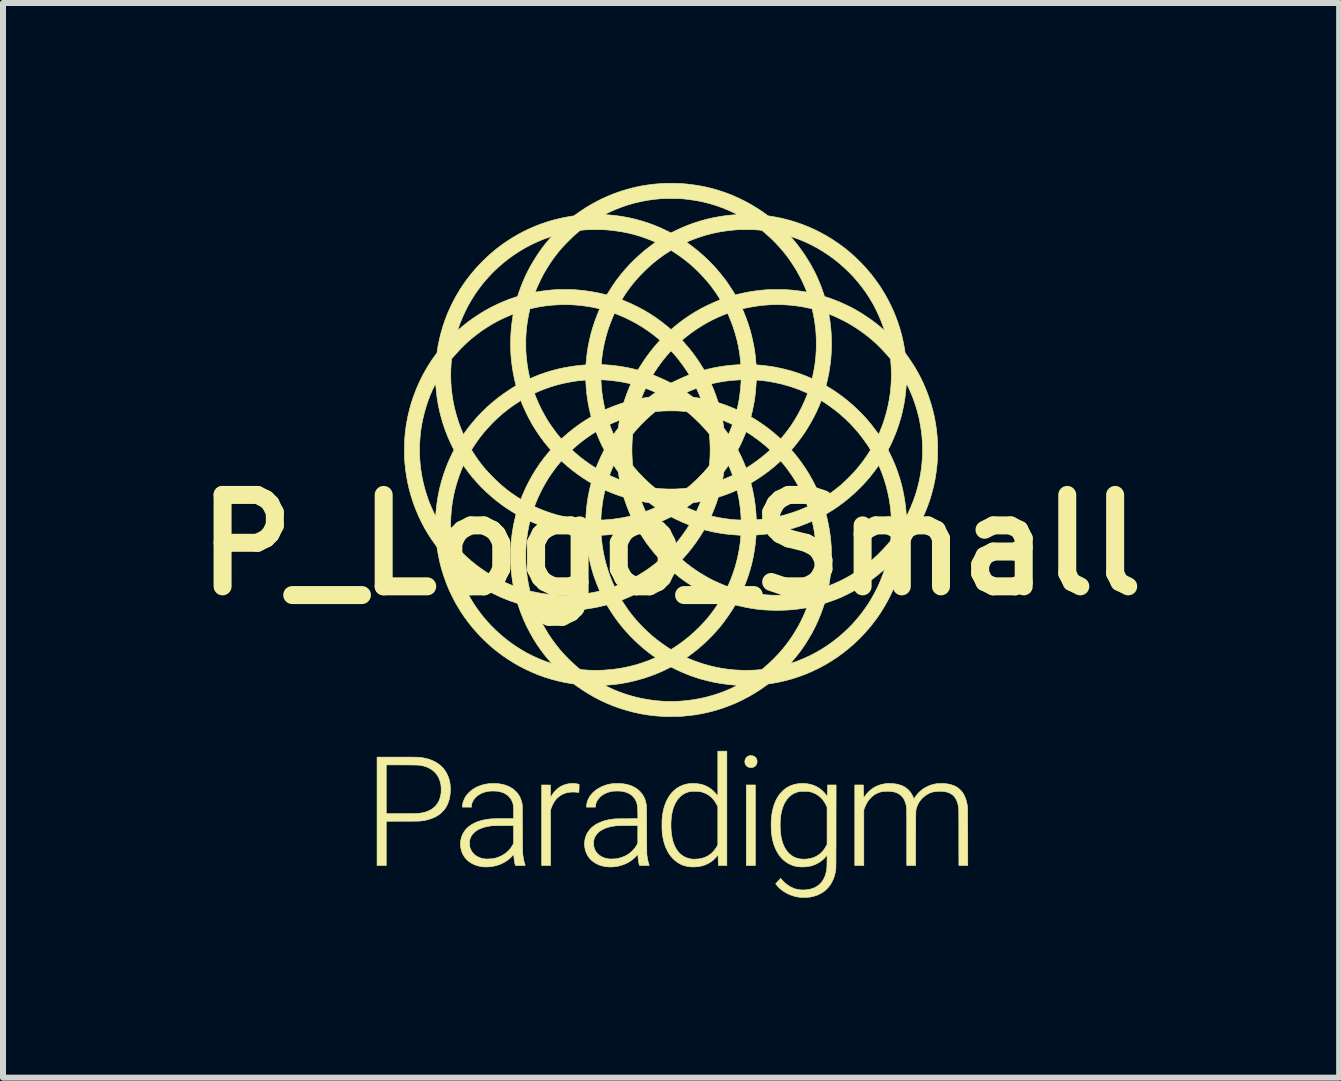
<source format=kicad_pcb>
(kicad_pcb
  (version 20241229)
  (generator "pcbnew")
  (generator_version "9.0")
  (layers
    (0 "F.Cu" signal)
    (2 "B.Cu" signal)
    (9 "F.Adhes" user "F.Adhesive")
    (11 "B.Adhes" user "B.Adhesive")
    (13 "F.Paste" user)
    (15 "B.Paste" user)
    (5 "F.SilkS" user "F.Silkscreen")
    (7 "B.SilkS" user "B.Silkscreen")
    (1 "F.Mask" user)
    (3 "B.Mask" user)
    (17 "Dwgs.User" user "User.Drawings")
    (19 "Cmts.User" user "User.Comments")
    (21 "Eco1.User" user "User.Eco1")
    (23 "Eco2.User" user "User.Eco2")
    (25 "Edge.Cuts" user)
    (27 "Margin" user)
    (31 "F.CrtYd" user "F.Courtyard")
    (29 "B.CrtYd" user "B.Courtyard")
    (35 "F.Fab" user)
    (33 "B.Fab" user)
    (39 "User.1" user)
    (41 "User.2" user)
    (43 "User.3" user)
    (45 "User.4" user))
  (footprint "P_Logo_Small"
    (layer "F.Cu")
    (at 8.135 6.034)
    (property "Reference" "P_Logo_Small" (at 0 0 0) (layer "F.SilkS") (effects (font (size 1.524 1.524) (thickness 0.3))))
    (attr through_hole)
    (fp_poly (pts (xy 1.405 5.342) (xy 1.255 5.342) (xy 1.255 4) (xy 1.405 4) (xy 1.405 5.342)) (stroke (width 0.01) (type solid)) (fill yes) (layer "F.SilkS"))
    (fp_poly (pts (xy 1.344 3.512) (xy 1.365 3.515) (xy 1.382 3.522) (xy 1.399 3.533) (xy 1.414 3.548) (xy 1.425 3.566) (xy 1.432 3.586) (xy 1.434 3.607) (xy 1.433 3.627) (xy 1.427 3.649) (xy 1.417 3.668) (xy 1.404 3.684) (xy 1.388 3.696) (xy 1.384 3.698) (xy 1.361 3.707) (xy 1.338 3.71) (xy 1.315 3.709) (xy 1.306 3.707) (xy 1.284 3.7) (xy 1.266 3.689) (xy 1.252 3.675) (xy 1.24 3.657) (xy 1.233 3.635) (xy 1.232 3.629) (xy 1.23 3.608) (xy 1.233 3.587) (xy 1.24 3.567) (xy 1.25 3.549) (xy 1.264 3.534) (xy 1.28 3.523) (xy 1.284 3.521) (xy 1.302 3.514) (xy 1.323 3.511) (xy 1.344 3.512)) (stroke (width 0.01) (type solid)) (fill yes) (layer "F.SilkS"))
    (fp_poly (pts (xy -1.612 3.976) (xy -1.587 3.978) (xy -1.565 3.982) (xy -1.546 3.986) (xy -1.544 3.987) (xy -1.532 3.991) (xy -1.533 4.044) (xy -1.534 4.061) (xy -1.534 4.078) (xy -1.535 4.092) (xy -1.535 4.103) (xy -1.536 4.111) (xy -1.536 4.112) (xy -1.537 4.125) (xy -1.546 4.124) (xy -1.58 4.12) (xy -1.614 4.118) (xy -1.649 4.118) (xy -1.682 4.12) (xy -1.713 4.124) (xy -1.738 4.129) (xy -1.763 4.136) (xy -1.789 4.146) (xy -1.814 4.158) (xy -1.836 4.17) (xy -1.846 4.176) (xy -1.879 4.202) (xy -1.91 4.231) (xy -1.937 4.265) (xy -1.96 4.303) (xy -1.981 4.344) (xy -1.998 4.386) (xy -2.009 4.42) (xy -2.009 5.342) (xy -2.156 5.342) (xy -2.156 4) (xy -2.084 4) (xy -2.062 4.001) (xy -2.044 4.001) (xy -2.031 4.001) (xy -2.022 4.001) (xy -2.016 4.002) (xy -2.012 4.003) (xy -2.011 4.004) (xy -2.011 4.007) (xy -2.011 4.015) (xy -2.011 4.026) (xy -2.011 4.041) (xy -2.01 4.059) (xy -2.01 4.079) (xy -2.01 4.101) (xy -2.009 4.108) (xy -2.008 4.21) (xy -1.992 4.183) (xy -1.974 4.154) (xy -1.956 4.129) (xy -1.935 4.105) (xy -1.918 4.087) (xy -1.886 4.058) (xy -1.853 4.034) (xy -1.818 4.014) (xy -1.781 3.999) (xy -1.742 3.987) (xy -1.699 3.979) (xy -1.689 3.978) (xy -1.665 3.976) (xy -1.639 3.975) (xy -1.612 3.976)) (stroke (width 0.01) (type solid)) (fill yes) (layer "F.SilkS"))
    (fp_poly (pts (xy -4.519 3.536) (xy -4.47 3.536) (xy -4.424 3.536) (xy -4.383 3.536) (xy -4.345 3.536) (xy -4.312 3.536) (xy -4.283 3.537) (xy -4.258 3.537) (xy -4.238 3.537) (xy -4.223 3.538) (xy -4.212 3.538) (xy -4.209 3.538) (xy -4.15 3.545) (xy -4.094 3.555) (xy -4.041 3.569) (xy -3.991 3.587) (xy -3.945 3.608) (xy -3.901 3.633) (xy -3.862 3.661) (xy -3.826 3.692) (xy -3.793 3.727) (xy -3.765 3.765) (xy -3.74 3.806) (xy -3.719 3.85) (xy -3.706 3.885) (xy -3.695 3.922) (xy -3.687 3.959) (xy -3.682 3.996) (xy -3.679 4.036) (xy -3.678 4.075) (xy -3.68 4.132) (xy -3.686 4.185) (xy -3.696 4.235) (xy -3.71 4.282) (xy -3.728 4.327) (xy -3.75 4.368) (xy -3.776 4.406) (xy -3.807 4.441) (xy -3.841 4.474) (xy -3.866 4.493) (xy -3.9 4.516) (xy -3.938 4.536) (xy -3.979 4.554) (xy -4.023 4.57) (xy -4.07 4.583) (xy -4.107 4.591) (xy -4.118 4.593) (xy -4.127 4.594) (xy -4.136 4.596) (xy -4.145 4.597) (xy -4.154 4.598) (xy -4.163 4.599) (xy -4.173 4.6) (xy -4.185 4.601) (xy -4.197 4.602) (xy -4.212 4.602) (xy -4.228 4.603) (xy -4.247 4.603) (xy -4.269 4.603) (xy -4.294 4.604) (xy -4.322 4.604) (xy -4.355 4.604) (xy -4.391 4.604) (xy -4.432 4.604) (xy -4.468 4.604) (xy -4.747 4.605) (xy -4.747 5.342) (xy -4.9 5.342) (xy -4.9 4.478) (xy -4.747 4.478) (xy -4.521 4.478) (xy -4.486 4.478) (xy -4.452 4.478) (xy -4.418 4.478) (xy -4.387 4.477) (xy -4.357 4.477) (xy -4.329 4.477) (xy -4.305 4.477) (xy -4.284 4.476) (xy -4.266 4.476) (xy -4.253 4.476) (xy -4.247 4.476) (xy -4.205 4.473) (xy -4.168 4.468) (xy -4.133 4.462) (xy -4.101 4.454) (xy -4.07 4.444) (xy -4.069 4.443) (xy -4.028 4.426) (xy -3.991 4.405) (xy -3.957 4.38) (xy -3.928 4.353) (xy -3.902 4.322) (xy -3.88 4.288) (xy -3.862 4.251) (xy -3.848 4.21) (xy -3.838 4.166) (xy -3.834 4.144) (xy -3.832 4.121) (xy -3.831 4.095) (xy -3.831 4.067) (xy -3.832 4.039) (xy -3.834 4.013) (xy -3.837 3.99) (xy -3.839 3.981) (xy -3.85 3.939) (xy -3.863 3.9) (xy -3.88 3.865) (xy -3.899 3.833) (xy -3.923 3.803) (xy -3.925 3.8) (xy -3.952 3.773) (xy -3.984 3.748) (xy -4.019 3.726) (xy -4.057 3.707) (xy -4.097 3.692) (xy -4.139 3.681) (xy -4.139 3.681) (xy -4.149 3.678) (xy -4.158 3.677) (xy -4.166 3.675) (xy -4.174 3.673) (xy -4.183 3.672) (xy -4.192 3.671) (xy -4.201 3.67) (xy -4.212 3.669) (xy -4.225 3.669) (xy -4.239 3.668) (xy -4.256 3.668) (xy -4.275 3.667) (xy -4.297 3.667) (xy -4.322 3.667) (xy -4.351 3.666) (xy -4.384 3.666) (xy -4.421 3.666) (xy -4.463 3.666) (xy -4.482 3.666) (xy -4.747 3.665) (xy -4.747 4.478) (xy -4.9 4.478) (xy -4.9 3.536) (xy -4.571 3.536) (xy -4.519 3.536)) (stroke (width 0.01) (type solid)) (fill yes) (layer "F.SilkS"))
    (fp_poly (pts (xy 0.93 5.342) (xy 0.791 5.342) (xy 0.789 5.318) (xy 0.789 5.309) (xy 0.788 5.295) (xy 0.787 5.279) (xy 0.787 5.261) (xy 0.786 5.242) (xy 0.786 5.232) (xy 0.785 5.214) (xy 0.785 5.199) (xy 0.784 5.186) (xy 0.783 5.176) (xy 0.783 5.169) (xy 0.782 5.168) (xy 0.78 5.169) (xy 0.776 5.174) (xy 0.77 5.181) (xy 0.766 5.186) (xy 0.734 5.222) (xy 0.7 5.254) (xy 0.662 5.283) (xy 0.621 5.307) (xy 0.578 5.328) (xy 0.533 5.344) (xy 0.49 5.354) (xy 0.46 5.359) (xy 0.427 5.363) (xy 0.394 5.365) (xy 0.361 5.366) (xy 0.331 5.365) (xy 0.322 5.364) (xy 0.273 5.358) (xy 0.226 5.346) (xy 0.182 5.331) (xy 0.14 5.31) (xy 0.1 5.285) (xy 0.062 5.255) (xy 0.029 5.224) (xy -0.005 5.186) (xy -0.035 5.144) (xy -0.061 5.098) (xy -0.085 5.048) (xy -0.105 4.995) (xy -0.122 4.938) (xy -0.135 4.876) (xy -0.145 4.812) (xy -0.146 4.797) (xy -0.148 4.779) (xy -0.149 4.757) (xy -0.15 4.732) (xy -0.151 4.705) (xy -0.151 4.676) (xy -0.151 4.662) (xy -0.002 4.662) (xy -0.001 4.717) (xy 0.002 4.772) (xy 0.008 4.825) (xy 0.017 4.876) (xy 0.027 4.923) (xy 0.038 4.959) (xy 0.056 5.006) (xy 0.076 5.048) (xy 0.099 5.086) (xy 0.125 5.12) (xy 0.154 5.15) (xy 0.185 5.175) (xy 0.22 5.196) (xy 0.257 5.213) (xy 0.296 5.226) (xy 0.339 5.234) (xy 0.354 5.236) (xy 0.366 5.237) (xy 0.382 5.237) (xy 0.401 5.236) (xy 0.42 5.235) (xy 0.44 5.234) (xy 0.458 5.233) (xy 0.474 5.231) (xy 0.48 5.23) (xy 0.525 5.22) (xy 0.567 5.205) (xy 0.607 5.187) (xy 0.643 5.164) (xy 0.677 5.137) (xy 0.708 5.106) (xy 0.736 5.07) (xy 0.762 5.031) (xy 0.764 5.027) (xy 0.78 4.999) (xy 0.78 4.36) (xy 0.764 4.331) (xy 0.742 4.291) (xy 0.718 4.256) (xy 0.692 4.225) (xy 0.666 4.199) (xy 0.664 4.197) (xy 0.628 4.17) (xy 0.591 4.148) (xy 0.55 4.13) (xy 0.508 4.116) (xy 0.488 4.112) (xy 0.471 4.109) (xy 0.451 4.107) (xy 0.429 4.106) (xy 0.405 4.105) (xy 0.381 4.105) (xy 0.359 4.106) (xy 0.339 4.107) (xy 0.329 4.108) (xy 0.288 4.117) (xy 0.25 4.13) (xy 0.214 4.148) (xy 0.181 4.17) (xy 0.15 4.196) (xy 0.122 4.226) (xy 0.097 4.26) (xy 0.074 4.298) (xy 0.054 4.34) (xy 0.037 4.385) (xy 0.023 4.435) (xy 0.012 4.488) (xy 0.005 4.544) (xy 0.004 4.55) (xy -0.000401 4.605) (xy -0.002 4.662) (xy -0.151 4.662) (xy -0.151 4.647) (xy -0.15 4.619) (xy -0.15 4.593) (xy -0.149 4.569) (xy -0.147 4.549) (xy -0.146 4.542) (xy -0.14 4.489) (xy -0.131 4.441) (xy -0.121 4.395) (xy -0.108 4.352) (xy -0.093 4.309) (xy -0.087 4.294) (xy -0.065 4.246) (xy -0.04 4.201) (xy -0.012 4.161) (xy 0.019 4.123) (xy 0.041 4.101) (xy 0.069 4.076) (xy 0.097 4.055) (xy 0.128 4.036) (xy 0.151 4.023) (xy 0.188 4.007) (xy 0.225 3.994) (xy 0.262 3.985) (xy 0.302 3.978) (xy 0.344 3.976) (xy 0.368 3.975) (xy 0.42 3.977) (xy 0.469 3.983) (xy 0.515 3.993) (xy 0.558 4.007) (xy 0.6 4.026) (xy 0.639 4.049) (xy 0.677 4.076) (xy 0.681 4.079) (xy 0.696 4.092) (xy 0.714 4.109) (xy 0.731 4.127) (xy 0.747 4.145) (xy 0.761 4.162) (xy 0.764 4.165) (xy 0.78 4.187) (xy 0.78 3.437) (xy 0.93 3.437) (xy 0.93 5.342)) (stroke (width 0.01) (type solid)) (fill yes) (layer "F.SilkS"))
    (fp_poly (pts (xy 3.665 3.976) (xy 3.716 3.979) (xy 3.763 3.986) (xy 3.807 3.997) (xy 3.848 4.011) (xy 3.885 4.029) (xy 3.919 4.051) (xy 3.95 4.077) (xy 3.959 4.085) (xy 3.987 4.117) (xy 4.01 4.151) (xy 4.03 4.189) (xy 4.041 4.216) (xy 4.048 4.234) (xy 4.06 4.215) (xy 4.09 4.173) (xy 4.123 4.134) (xy 4.159 4.1) (xy 4.198 4.069) (xy 4.241 4.042) (xy 4.286 4.02) (xy 4.333 4.001) (xy 4.383 3.988) (xy 4.415 3.981) (xy 4.429 3.979) (xy 4.448 3.978) (xy 4.47 3.977) (xy 4.492 3.976) (xy 4.515 3.976) (xy 4.537 3.976) (xy 4.557 3.976) (xy 4.571 3.978) (xy 4.612 3.983) (xy 4.652 3.991) (xy 4.689 4.002) (xy 4.723 4.015) (xy 4.754 4.03) (xy 4.772 4.042) (xy 4.803 4.065) (xy 4.83 4.091) (xy 4.854 4.12) (xy 4.876 4.153) (xy 4.894 4.189) (xy 4.91 4.229) (xy 4.924 4.273) (xy 4.934 4.321) (xy 4.94 4.352) (xy 4.94 4.356) (xy 4.941 4.36) (xy 4.941 4.365) (xy 4.941 4.371) (xy 4.942 4.379) (xy 4.942 4.387) (xy 4.942 4.398) (xy 4.943 4.41) (xy 4.943 4.424) (xy 4.943 4.441) (xy 4.943 4.46) (xy 4.944 4.482) (xy 4.944 4.507) (xy 4.944 4.535) (xy 4.944 4.566) (xy 4.944 4.602) (xy 4.944 4.641) (xy 4.944 4.684) (xy 4.944 4.732) (xy 4.945 4.784) (xy 4.945 4.841) (xy 4.945 4.861) (xy 4.946 5.342) (xy 4.798 5.342) (xy 4.797 4.872) (xy 4.797 4.815) (xy 4.797 4.762) (xy 4.797 4.714) (xy 4.797 4.67) (xy 4.797 4.63) (xy 4.797 4.594) (xy 4.797 4.562) (xy 4.796 4.534) (xy 4.796 4.509) (xy 4.796 4.486) (xy 4.796 4.467) (xy 4.796 4.45) (xy 4.795 4.435) (xy 4.795 4.423) (xy 4.795 4.412) (xy 4.794 4.403) (xy 4.794 4.396) (xy 4.794 4.389) (xy 4.793 4.384) (xy 4.793 4.379) (xy 4.792 4.375) (xy 4.792 4.373) (xy 4.784 4.329) (xy 4.773 4.289) (xy 4.759 4.253) (xy 4.742 4.222) (xy 4.722 4.194) (xy 4.699 4.17) (xy 4.673 4.151) (xy 4.644 4.135) (xy 4.616 4.124) (xy 4.589 4.116) (xy 4.561 4.111) (xy 4.531 4.107) (xy 4.499 4.105) (xy 4.463 4.105) (xy 4.459 4.105) (xy 4.42 4.108) (xy 4.385 4.113) (xy 4.352 4.12) (xy 4.32 4.131) (xy 4.29 4.145) (xy 4.258 4.163) (xy 4.252 4.168) (xy 4.216 4.194) (xy 4.184 4.223) (xy 4.156 4.256) (xy 4.131 4.292) (xy 4.111 4.332) (xy 4.096 4.369) (xy 4.094 4.375) (xy 4.092 4.381) (xy 4.09 4.386) (xy 4.088 4.391) (xy 4.087 4.396) (xy 4.086 4.401) (xy 4.084 4.407) (xy 4.083 4.413) (xy 4.082 4.42) (xy 4.082 4.429) (xy 4.081 4.438) (xy 4.08 4.45) (xy 4.08 4.463) (xy 4.079 4.479) (xy 4.079 4.496) (xy 4.079 4.517) (xy 4.078 4.54) (xy 4.078 4.566) (xy 4.078 4.596) (xy 4.078 4.629) (xy 4.078 4.666) (xy 4.078 4.707) (xy 4.078 4.752) (xy 4.078 4.801) (xy 4.077 4.856) (xy 4.077 4.888) (xy 4.077 5.342) (xy 3.929 5.342) (xy 3.929 4.888) (xy 3.929 4.834) (xy 3.929 4.783) (xy 3.929 4.734) (xy 3.929 4.688) (xy 3.929 4.644) (xy 3.929 4.603) (xy 3.929 4.565) (xy 3.928 4.531) (xy 3.928 4.5) (xy 3.928 4.473) (xy 3.928 4.449) (xy 3.928 4.431) (xy 3.927 4.416) (xy 3.927 4.406) (xy 3.927 4.402) (xy 3.923 4.366) (xy 3.918 4.334) (xy 3.91 4.304) (xy 3.9 4.276) (xy 3.891 4.255) (xy 3.88 4.232) (xy 3.868 4.214) (xy 3.854 4.197) (xy 3.838 4.18) (xy 3.836 4.178) (xy 3.812 4.158) (xy 3.786 4.142) (xy 3.757 4.128) (xy 3.725 4.118) (xy 3.69 4.111) (xy 3.651 4.106) (xy 3.608 4.105) (xy 3.603 4.105) (xy 3.559 4.106) (xy 3.519 4.111) (xy 3.482 4.12) (xy 3.446 4.133) (xy 3.412 4.149) (xy 3.379 4.17) (xy 3.376 4.172) (xy 3.359 4.186) (xy 3.341 4.202) (xy 3.323 4.221) (xy 3.305 4.24) (xy 3.29 4.258) (xy 3.282 4.27) (xy 3.272 4.286) (xy 3.261 4.305) (xy 3.25 4.327) (xy 3.239 4.349) (xy 3.23 4.371) (xy 3.222 4.39) (xy 3.213 4.415) (xy 3.213 5.342) (xy 3.063 5.342) (xy 3.063 4) (xy 3.205 4) (xy 3.206 4.035) (xy 3.207 4.051) (xy 3.208 4.07) (xy 3.208 4.09) (xy 3.208 4.108) (xy 3.208 4.109) (xy 3.209 4.127) (xy 3.209 4.146) (xy 3.21 4.164) (xy 3.21 4.18) (xy 3.21 4.182) (xy 3.212 4.215) (xy 3.223 4.199) (xy 3.254 4.156) (xy 3.288 4.119) (xy 3.323 4.086) (xy 3.361 4.057) (xy 3.402 4.033) (xy 3.446 4.012) (xy 3.492 3.996) (xy 3.528 3.987) (xy 3.554 3.982) (xy 3.579 3.978) (xy 3.605 3.976) (xy 3.633 3.975) (xy 3.665 3.976)) (stroke (width 0.01) (type solid)) (fill yes) (layer "F.SilkS"))
    (fp_poly (pts (xy -2.948 3.976) (xy -2.922 3.976) (xy -2.898 3.978) (xy -2.876 3.979) (xy -2.861 3.981) (xy -2.811 3.99) (xy -2.765 4.002) (xy -2.724 4.017) (xy -2.685 4.035) (xy -2.65 4.056) (xy -2.617 4.08) (xy -2.591 4.105) (xy -2.565 4.132) (xy -2.544 4.161) (xy -2.525 4.191) (xy -2.51 4.224) (xy -2.497 4.259) (xy -2.486 4.299) (xy -2.482 4.317) (xy -2.482 4.32) (xy -2.481 4.324) (xy -2.481 4.329) (xy -2.48 4.335) (xy -2.48 4.342) (xy -2.48 4.351) (xy -2.479 4.363) (xy -2.479 4.376) (xy -2.479 4.392) (xy -2.479 4.41) (xy -2.478 4.431) (xy -2.478 4.456) (xy -2.478 4.484) (xy -2.478 4.515) (xy -2.477 4.551) (xy -2.477 4.59) (xy -2.477 4.634) (xy -2.477 4.683) (xy -2.477 4.732) (xy -2.476 4.786) (xy -2.476 4.834) (xy -2.476 4.878) (xy -2.476 4.918) (xy -2.475 4.954) (xy -2.475 4.986) (xy -2.475 5.014) (xy -2.475 5.039) (xy -2.474 5.061) (xy -2.474 5.08) (xy -2.474 5.096) (xy -2.474 5.11) (xy -2.473 5.122) (xy -2.473 5.132) (xy -2.472 5.141) (xy -2.472 5.148) (xy -2.471 5.154) (xy -2.471 5.16) (xy -2.471 5.161) (xy -2.467 5.189) (xy -2.462 5.217) (xy -2.457 5.244) (xy -2.452 5.269) (xy -2.447 5.29) (xy -2.441 5.308) (xy -2.438 5.316) (xy -2.435 5.325) (xy -2.434 5.332) (xy -2.433 5.335) (xy -2.433 5.342) (xy -2.593 5.342) (xy -2.598 5.324) (xy -2.604 5.305) (xy -2.608 5.28) (xy -2.613 5.251) (xy -2.617 5.218) (xy -2.618 5.204) (xy -2.622 5.156) (xy -2.636 5.172) (xy -2.672 5.209) (xy -2.711 5.243) (xy -2.754 5.274) (xy -2.8 5.3) (xy -2.848 5.322) (xy -2.883 5.335) (xy -2.931 5.348) (xy -2.98 5.358) (xy -3.031 5.364) (xy -3.081 5.366) (xy -3.122 5.365) (xy -3.17 5.359) (xy -3.217 5.349) (xy -3.26 5.335) (xy -3.301 5.318) (xy -3.338 5.297) (xy -3.373 5.273) (xy -3.403 5.246) (xy -3.431 5.215) (xy -3.454 5.182) (xy -3.474 5.146) (xy -3.49 5.108) (xy -3.501 5.067) (xy -3.508 5.024) (xy -3.508 5.022) (xy -3.51 4.978) (xy -3.509 4.972) (xy -3.359 4.972) (xy -3.359 4.995) (xy -3.357 5.014) (xy -3.355 5.031) (xy -3.351 5.047) (xy -3.345 5.063) (xy -3.336 5.081) (xy -3.335 5.084) (xy -3.318 5.114) (xy -3.296 5.141) (xy -3.271 5.165) (xy -3.242 5.186) (xy -3.21 5.203) (xy -3.175 5.217) (xy -3.138 5.227) (xy -3.106 5.232) (xy -3.094 5.233) (xy -3.078 5.234) (xy -3.059 5.234) (xy -3.039 5.233) (xy -3.018 5.232) (xy -3 5.231) (xy -2.983 5.23) (xy -2.976 5.229) (xy -2.927 5.219) (xy -2.881 5.205) (xy -2.837 5.186) (xy -2.796 5.164) (xy -2.758 5.138) (xy -2.722 5.108) (xy -2.69 5.075) (xy -2.662 5.038) (xy -2.637 4.998) (xy -2.636 4.996) (xy -2.624 4.974) (xy -2.624 4.676) (xy -2.8 4.677) (xy -2.835 4.677) (xy -2.866 4.677) (xy -2.893 4.678) (xy -2.916 4.678) (xy -2.935 4.678) (xy -2.952 4.679) (xy -2.965 4.679) (xy -2.977 4.68) (xy -2.986 4.68) (xy -2.994 4.681) (xy -3.001 4.682) (xy -3.005 4.682) (xy -3.057 4.691) (xy -3.105 4.702) (xy -3.149 4.716) (xy -3.188 4.731) (xy -3.223 4.749) (xy -3.254 4.769) (xy -3.282 4.792) (xy -3.282 4.793) (xy -3.305 4.816) (xy -3.323 4.841) (xy -3.337 4.865) (xy -3.344 4.882) (xy -3.35 4.898) (xy -3.354 4.912) (xy -3.357 4.928) (xy -3.358 4.947) (xy -3.359 4.969) (xy -3.359 4.972) (xy -3.509 4.972) (xy -3.507 4.936) (xy -3.499 4.894) (xy -3.487 4.854) (xy -3.47 4.815) (xy -3.449 4.779) (xy -3.424 4.745) (xy -3.398 4.718) (xy -3.363 4.688) (xy -3.324 4.661) (xy -3.281 4.637) (xy -3.235 4.616) (xy -3.184 4.599) (xy -3.13 4.585) (xy -3.072 4.574) (xy -3.009 4.566) (xy -2.989 4.564) (xy -2.98 4.564) (xy -2.967 4.564) (xy -2.95 4.563) (xy -2.93 4.563) (xy -2.907 4.562) (xy -2.881 4.562) (xy -2.854 4.562) (xy -2.825 4.562) (xy -2.795 4.562) (xy -2.79 4.562) (xy -2.624 4.562) (xy -2.624 4.467) (xy -2.624 4.435) (xy -2.624 4.406) (xy -2.625 4.382) (xy -2.627 4.361) (xy -2.628 4.343) (xy -2.631 4.327) (xy -2.634 4.312) (xy -2.639 4.298) (xy -2.644 4.284) (xy -2.65 4.27) (xy -2.654 4.261) (xy -2.666 4.239) (xy -2.679 4.219) (xy -2.695 4.201) (xy -2.713 4.182) (xy -2.74 4.16) (xy -2.77 4.142) (xy -2.803 4.127) (xy -2.841 4.115) (xy -2.882 4.106) (xy -2.886 4.105) (xy -2.906 4.103) (xy -2.929 4.102) (xy -2.954 4.101) (xy -2.98 4.101) (xy -3.005 4.102) (xy -3.029 4.103) (xy -3.05 4.106) (xy -3.057 4.107) (xy -3.099 4.117) (xy -3.139 4.13) (xy -3.176 4.147) (xy -3.21 4.167) (xy -3.24 4.19) (xy -3.249 4.198) (xy -3.271 4.222) (xy -3.291 4.248) (xy -3.306 4.275) (xy -3.318 4.302) (xy -3.325 4.329) (xy -3.327 4.356) (xy -3.328 4.365) (xy -3.328 4.369) (xy -3.33 4.371) (xy -3.331 4.37) (xy -3.335 4.37) (xy -3.343 4.37) (xy -3.354 4.369) (xy -3.369 4.369) (xy -3.386 4.369) (xy -3.404 4.369) (xy -3.477 4.369) (xy -3.477 4.357) (xy -3.475 4.329) (xy -3.469 4.3) (xy -3.46 4.269) (xy -3.447 4.239) (xy -3.432 4.208) (xy -3.415 4.182) (xy -3.405 4.168) (xy -3.391 4.151) (xy -3.374 4.134) (xy -3.357 4.117) (xy -3.34 4.101) (xy -3.324 4.088) (xy -3.319 4.084) (xy -3.278 4.057) (xy -3.234 4.033) (xy -3.187 4.014) (xy -3.138 3.998) (xy -3.087 3.986) (xy -3.04 3.979) (xy -3.021 3.977) (xy -2.999 3.976) (xy -2.974 3.976) (xy -2.948 3.976)) (stroke (width 0.01) (type solid)) (fill yes) (layer "F.SilkS"))
    (fp_poly (pts (xy 2.237 3.977) (xy 2.277 3.981) (xy 2.316 3.988) (xy 2.342 3.995) (xy 2.386 4.01) (xy 2.429 4.03) (xy 2.469 4.054) (xy 2.507 4.083) (xy 2.542 4.116) (xy 2.574 4.152) (xy 2.593 4.177) (xy 2.598 4.184) (xy 2.602 4.188) (xy 2.604 4.19) (xy 2.604 4.19) (xy 2.604 4.187) (xy 2.604 4.179) (xy 2.604 4.168) (xy 2.605 4.153) (xy 2.606 4.136) (xy 2.607 4.116) (xy 2.607 4.1) (xy 2.608 4.079) (xy 2.609 4.059) (xy 2.61 4.042) (xy 2.61 4.027) (xy 2.611 4.016) (xy 2.611 4.009) (xy 2.611 4.006) (xy 2.611 4) (xy 2.751 4) (xy 2.75 4.692) (xy 2.75 4.762) (xy 2.75 4.828) (xy 2.75 4.889) (xy 2.75 4.945) (xy 2.75 4.997) (xy 2.75 5.045) (xy 2.749 5.089) (xy 2.749 5.129) (xy 2.749 5.166) (xy 2.749 5.199) (xy 2.749 5.228) (xy 2.749 5.255) (xy 2.749 5.279) (xy 2.749 5.3) (xy 2.748 5.319) (xy 2.748 5.335) (xy 2.748 5.35) (xy 2.748 5.362) (xy 2.747 5.373) (xy 2.747 5.382) (xy 2.747 5.389) (xy 2.747 5.396) (xy 2.746 5.401) (xy 2.746 5.406) (xy 2.745 5.41) (xy 2.745 5.413) (xy 2.745 5.414) (xy 2.735 5.47) (xy 2.721 5.523) (xy 2.703 5.572) (xy 2.682 5.617) (xy 2.657 5.66) (xy 2.628 5.698) (xy 2.596 5.733) (xy 2.561 5.765) (xy 2.522 5.793) (xy 2.48 5.816) (xy 2.435 5.837) (xy 2.386 5.853) (xy 2.334 5.865) (xy 2.313 5.869) (xy 2.301 5.87) (xy 2.285 5.871) (xy 2.267 5.873) (xy 2.246 5.873) (xy 2.225 5.874) (xy 2.204 5.874) (xy 2.185 5.874) (xy 2.167 5.874) (xy 2.153 5.873) (xy 2.146 5.872) (xy 2.093 5.864) (xy 2.041 5.85) (xy 1.991 5.833) (xy 1.943 5.812) (xy 1.898 5.787) (xy 1.856 5.759) (xy 1.817 5.728) (xy 1.798 5.71) (xy 1.787 5.699) (xy 1.776 5.687) (xy 1.766 5.675) (xy 1.759 5.666) (xy 1.744 5.646) (xy 1.757 5.633) (xy 1.763 5.626) (xy 1.771 5.617) (xy 1.782 5.606) (xy 1.792 5.595) (xy 1.798 5.589) (xy 1.827 5.557) (xy 1.839 5.571) (xy 1.875 5.61) (xy 1.912 5.644) (xy 1.951 5.673) (xy 1.991 5.698) (xy 2.032 5.718) (xy 2.074 5.733) (xy 2.119 5.743) (xy 2.165 5.749) (xy 2.213 5.75) (xy 2.223 5.75) (xy 2.271 5.746) (xy 2.316 5.738) (xy 2.358 5.726) (xy 2.397 5.71) (xy 2.432 5.69) (xy 2.465 5.666) (xy 2.494 5.639) (xy 2.52 5.607) (xy 2.542 5.572) (xy 2.561 5.534) (xy 2.577 5.491) (xy 2.588 5.445) (xy 2.595 5.408) (xy 2.596 5.4) (xy 2.597 5.389) (xy 2.597 5.373) (xy 2.598 5.356) (xy 2.599 5.336) (xy 2.599 5.314) (xy 2.6 5.292) (xy 2.6 5.27) (xy 2.601 5.249) (xy 2.601 5.229) (xy 2.601 5.211) (xy 2.601 5.195) (xy 2.601 5.183) (xy 2.601 5.176) (xy 2.601 5.174) (xy 2.6 5.171) (xy 2.598 5.171) (xy 2.595 5.174) (xy 2.59 5.18) (xy 2.589 5.183) (xy 2.561 5.215) (xy 2.529 5.246) (xy 2.494 5.274) (xy 2.456 5.298) (xy 2.416 5.319) (xy 2.375 5.336) (xy 2.337 5.348) (xy 2.292 5.357) (xy 2.246 5.363) (xy 2.2 5.366) (xy 2.155 5.365) (xy 2.11 5.36) (xy 2.068 5.353) (xy 2.032 5.343) (xy 1.989 5.325) (xy 1.947 5.304) (xy 1.908 5.278) (xy 1.872 5.248) (xy 1.838 5.214) (xy 1.807 5.176) (xy 1.779 5.134) (xy 1.754 5.089) (xy 1.732 5.041) (xy 1.713 4.989) (xy 1.697 4.934) (xy 1.685 4.877) (xy 1.678 4.83) (xy 1.673 4.782) (xy 1.67 4.731) (xy 1.669 4.678) (xy 1.669 4.671) (xy 1.819 4.671) (xy 1.82 4.736) (xy 1.825 4.798) (xy 1.833 4.856) (xy 1.844 4.909) (xy 1.858 4.96) (xy 1.876 5.006) (xy 1.896 5.048) (xy 1.92 5.086) (xy 1.947 5.121) (xy 1.966 5.141) (xy 1.997 5.168) (xy 2.03 5.191) (xy 2.065 5.209) (xy 2.103 5.222) (xy 2.143 5.232) (xy 2.185 5.236) (xy 2.23 5.237) (xy 2.259 5.235) (xy 2.307 5.228) (xy 2.351 5.218) (xy 2.393 5.203) (xy 2.431 5.184) (xy 2.467 5.16) (xy 2.5 5.133) (xy 2.531 5.101) (xy 2.558 5.065) (xy 2.583 5.024) (xy 2.589 5.013) (xy 2.601 4.991) (xy 2.601 4.679) (xy 2.601 4.368) (xy 2.587 4.34) (xy 2.565 4.297) (xy 2.539 4.259) (xy 2.512 4.225) (xy 2.481 4.196) (xy 2.448 4.171) (xy 2.413 4.149) (xy 2.404 4.145) (xy 2.381 4.135) (xy 2.36 4.126) (xy 2.34 4.119) (xy 2.317 4.114) (xy 2.309 4.112) (xy 2.3 4.11) (xy 2.291 4.109) (xy 2.283 4.108) (xy 2.273 4.107) (xy 2.261 4.106) (xy 2.246 4.106) (xy 2.228 4.106) (xy 2.219 4.106) (xy 2.198 4.106) (xy 2.181 4.106) (xy 2.167 4.107) (xy 2.156 4.107) (xy 2.147 4.108) (xy 2.139 4.109) (xy 2.134 4.111) (xy 2.095 4.121) (xy 2.06 4.135) (xy 2.027 4.152) (xy 1.996 4.174) (xy 1.966 4.2) (xy 1.963 4.204) (xy 1.935 4.236) (xy 1.91 4.272) (xy 1.887 4.311) (xy 1.868 4.355) (xy 1.852 4.403) (xy 1.839 4.455) (xy 1.829 4.51) (xy 1.823 4.569) (xy 1.819 4.632) (xy 1.819 4.671) (xy 1.669 4.671) (xy 1.669 4.624) (xy 1.672 4.572) (xy 1.676 4.523) (xy 1.678 4.507) (xy 1.688 4.446) (xy 1.701 4.389) (xy 1.717 4.335) (xy 1.736 4.284) (xy 1.759 4.236) (xy 1.785 4.192) (xy 1.813 4.152) (xy 1.845 4.116) (xy 1.879 4.083) (xy 1.916 4.055) (xy 1.956 4.03) (xy 1.998 4.01) (xy 2.043 3.995) (xy 2.078 3.986) (xy 2.114 3.98) (xy 2.154 3.976) (xy 2.195 3.975) (xy 2.237 3.977)) (stroke (width 0.01) (type solid)) (fill yes) (layer "F.SilkS"))
    (fp_poly (pts (xy -0.861 3.977) (xy -0.837 3.977) (xy -0.816 3.979) (xy -0.798 3.98) (xy -0.794 3.981) (xy -0.743 3.99) (xy -0.697 4.002) (xy -0.654 4.018) (xy -0.614 4.037) (xy -0.578 4.059) (xy -0.545 4.084) (xy -0.523 4.104) (xy -0.496 4.134) (xy -0.473 4.166) (xy -0.453 4.199) (xy -0.437 4.235) (xy -0.425 4.274) (xy -0.415 4.317) (xy -0.412 4.331) (xy -0.412 4.335) (xy -0.411 4.339) (xy -0.411 4.344) (xy -0.41 4.35) (xy -0.41 4.357) (xy -0.41 4.366) (xy -0.409 4.377) (xy -0.409 4.389) (xy -0.409 4.404) (xy -0.408 4.421) (xy -0.408 4.441) (xy -0.408 4.463) (xy -0.408 4.489) (xy -0.408 4.519) (xy -0.407 4.552) (xy -0.407 4.589) (xy -0.407 4.63) (xy -0.407 4.676) (xy -0.407 4.726) (xy -0.406 4.756) (xy -0.406 4.809) (xy -0.406 4.857) (xy -0.406 4.9) (xy -0.406 4.939) (xy -0.405 4.974) (xy -0.405 5.005) (xy -0.405 5.032) (xy -0.405 5.056) (xy -0.405 5.078) (xy -0.404 5.096) (xy -0.404 5.112) (xy -0.404 5.125) (xy -0.404 5.137) (xy -0.403 5.147) (xy -0.403 5.155) (xy -0.403 5.162) (xy -0.402 5.168) (xy -0.402 5.174) (xy -0.401 5.178) (xy -0.4 5.183) (xy -0.4 5.188) (xy -0.399 5.19) (xy -0.393 5.224) (xy -0.388 5.254) (xy -0.382 5.279) (xy -0.376 5.3) (xy -0.373 5.307) (xy -0.37 5.318) (xy -0.367 5.327) (xy -0.366 5.334) (xy -0.366 5.335) (xy -0.366 5.342) (xy -0.526 5.342) (xy -0.53 5.328) (xy -0.535 5.307) (xy -0.54 5.281) (xy -0.545 5.25) (xy -0.549 5.216) (xy -0.552 5.178) (xy -0.553 5.177) (xy -0.554 5.156) (xy -0.566 5.169) (xy -0.599 5.205) (xy -0.637 5.238) (xy -0.677 5.268) (xy -0.719 5.294) (xy -0.731 5.3) (xy -0.78 5.322) (xy -0.832 5.34) (xy -0.885 5.354) (xy -0.94 5.362) (xy -0.965 5.364) (xy -0.983 5.366) (xy -0.997 5.366) (xy -1.01 5.367) (xy -1.022 5.366) (xy -1.036 5.366) (xy -1.053 5.364) (xy -1.054 5.364) (xy -1.102 5.359) (xy -1.148 5.349) (xy -1.192 5.336) (xy -1.232 5.318) (xy -1.27 5.297) (xy -1.304 5.273) (xy -1.335 5.246) (xy -1.363 5.215) (xy -1.387 5.181) (xy -1.406 5.145) (xy -1.422 5.106) (xy -1.431 5.074) (xy -1.438 5.035) (xy -1.441 4.994) (xy -1.441 4.984) (xy -1.292 4.984) (xy -1.292 4.985) (xy -1.288 5.021) (xy -1.279 5.055) (xy -1.266 5.087) (xy -1.249 5.116) (xy -1.227 5.143) (xy -1.222 5.147) (xy -1.196 5.171) (xy -1.166 5.191) (xy -1.133 5.207) (xy -1.097 5.22) (xy -1.057 5.229) (xy -1.029 5.233) (xy -1.02 5.234) (xy -1.008 5.234) (xy -0.992 5.234) (xy -0.975 5.233) (xy -0.958 5.233) (xy -0.94 5.232) (xy -0.925 5.231) (xy -0.913 5.229) (xy -0.908 5.229) (xy -0.866 5.22) (xy -0.824 5.208) (xy -0.783 5.192) (xy -0.749 5.176) (xy -0.712 5.154) (xy -0.677 5.128) (xy -0.645 5.099) (xy -0.616 5.067) (xy -0.59 5.034) (xy -0.569 4.999) (xy -0.568 4.996) (xy -0.554 4.969) (xy -0.554 4.676) (xy -0.712 4.676) (xy -0.741 4.676) (xy -0.77 4.676) (xy -0.797 4.677) (xy -0.822 4.677) (xy -0.845 4.677) (xy -0.865 4.678) (xy -0.881 4.678) (xy -0.893 4.678) (xy -0.9 4.679) (xy -0.955 4.685) (xy -1.006 4.694) (xy -1.053 4.706) (xy -1.096 4.721) (xy -1.135 4.739) (xy -1.17 4.759) (xy -1.201 4.781) (xy -1.219 4.798) (xy -1.243 4.825) (xy -1.262 4.853) (xy -1.277 4.883) (xy -1.286 4.914) (xy -1.291 4.948) (xy -1.292 4.984) (xy -1.441 4.984) (xy -1.44 4.953) (xy -1.435 4.912) (xy -1.426 4.873) (xy -1.423 4.865) (xy -1.408 4.826) (xy -1.388 4.79) (xy -1.364 4.756) (xy -1.336 4.724) (xy -1.304 4.695) (xy -1.268 4.668) (xy -1.227 4.644) (xy -1.183 4.624) (xy -1.136 4.605) (xy -1.085 4.59) (xy -1.03 4.578) (xy -1.024 4.577) (xy -1.01 4.575) (xy -0.997 4.573) (xy -0.985 4.571) (xy -0.974 4.569) (xy -0.963 4.568) (xy -0.951 4.567) (xy -0.938 4.566) (xy -0.923 4.565) (xy -0.907 4.564) (xy -0.888 4.564) (xy -0.867 4.564) (xy -0.842 4.563) (xy -0.814 4.563) (xy -0.781 4.563) (xy -0.744 4.563) (xy -0.742 4.563) (xy -0.553 4.561) (xy -0.554 4.464) (xy -0.555 4.436) (xy -0.555 4.412) (xy -0.556 4.392) (xy -0.557 4.375) (xy -0.558 4.362) (xy -0.559 4.352) (xy -0.56 4.344) (xy -0.569 4.306) (xy -0.582 4.27) (xy -0.599 4.237) (xy -0.62 4.208) (xy -0.644 4.182) (xy -0.673 4.159) (xy -0.705 4.14) (xy -0.74 4.125) (xy -0.773 4.115) (xy -0.793 4.11) (xy -0.811 4.107) (xy -0.829 4.104) (xy -0.849 4.102) (xy -0.87 4.101) (xy -0.895 4.101) (xy -0.904 4.101) (xy -0.933 4.102) (xy -0.959 4.103) (xy -0.982 4.106) (xy -1.003 4.109) (xy -1.024 4.115) (xy -1.047 4.122) (xy -1.05 4.122) (xy -1.089 4.138) (xy -1.126 4.157) (xy -1.158 4.178) (xy -1.186 4.203) (xy -1.211 4.231) (xy -1.231 4.261) (xy -1.24 4.278) (xy -1.249 4.3) (xy -1.255 4.32) (xy -1.258 4.342) (xy -1.259 4.351) (xy -1.26 4.361) (xy -1.261 4.367) (xy -1.263 4.37) (xy -1.264 4.37) (xy -1.268 4.37) (xy -1.275 4.37) (xy -1.287 4.369) (xy -1.301 4.369) (xy -1.318 4.369) (xy -1.337 4.369) (xy -1.41 4.369) (xy -1.409 4.348) (xy -1.405 4.319) (xy -1.399 4.292) (xy -1.391 4.265) (xy -1.379 4.237) (xy -1.376 4.23) (xy -1.355 4.193) (xy -1.329 4.158) (xy -1.3 4.126) (xy -1.266 4.096) (xy -1.228 4.068) (xy -1.185 4.044) (xy -1.166 4.034) (xy -1.127 4.017) (xy -1.089 4.003) (xy -1.049 3.992) (xy -1.007 3.983) (xy -0.993 3.981) (xy -0.977 3.979) (xy -0.958 3.978) (xy -0.935 3.977) (xy -0.911 3.976) (xy -0.886 3.976) (xy -0.861 3.977)) (stroke (width 0.01) (type solid)) (fill yes) (layer "F.SilkS"))
    (fp_poly (pts (xy 0.077 -6.028) (xy 0.193 -6.023) (xy 0.308 -6.012) (xy 0.423 -5.996) (xy 0.538 -5.976) (xy 0.588 -5.965) (xy 0.666 -5.946) (xy 0.745 -5.925) (xy 0.824 -5.9) (xy 0.902 -5.874) (xy 0.951 -5.856) (xy 1.048 -5.817) (xy 1.144 -5.773) (xy 1.239 -5.726) (xy 1.333 -5.675) (xy 1.423 -5.62) (xy 1.511 -5.563) (xy 1.595 -5.503) (xy 1.595 -5.503) (xy 1.606 -5.494) (xy 1.615 -5.489) (xy 1.622 -5.486) (xy 1.628 -5.485) (xy 1.743 -5.466) (xy 1.856 -5.443) (xy 1.968 -5.414) (xy 2.078 -5.381) (xy 2.186 -5.344) (xy 2.293 -5.301) (xy 2.397 -5.255) (xy 2.499 -5.203) (xy 2.599 -5.148) (xy 2.696 -5.088) (xy 2.791 -5.024) (xy 2.884 -4.956) (xy 2.973 -4.884) (xy 3.06 -4.807) (xy 3.143 -4.727) (xy 3.224 -4.643) (xy 3.301 -4.555) (xy 3.337 -4.511) (xy 3.407 -4.42) (xy 3.473 -4.327) (xy 3.535 -4.23) (xy 3.593 -4.131) (xy 3.646 -4.03) (xy 3.695 -3.927) (xy 3.739 -3.822) (xy 3.779 -3.715) (xy 3.814 -3.607) (xy 3.845 -3.497) (xy 3.87 -3.386) (xy 3.891 -3.275) (xy 3.899 -3.222) (xy 3.902 -3.201) (xy 3.933 -3.159) (xy 3.997 -3.067) (xy 4.058 -2.972) (xy 4.115 -2.874) (xy 4.168 -2.773) (xy 4.216 -2.67) (xy 4.26 -2.565) (xy 4.299 -2.458) (xy 4.334 -2.35) (xy 4.364 -2.24) (xy 4.39 -2.129) (xy 4.408 -2.029) (xy 4.417 -1.973) (xy 4.424 -1.92) (xy 4.43 -1.868) (xy 4.435 -1.817) (xy 4.439 -1.766) (xy 4.441 -1.713) (xy 4.443 -1.658) (xy 4.444 -1.599) (xy 4.444 -1.584) (xy 4.443 -1.549) (xy 4.443 -1.518) (xy 4.443 -1.49) (xy 4.442 -1.465) (xy 4.441 -1.441) (xy 4.44 -1.418) (xy 4.438 -1.394) (xy 4.437 -1.37) (xy 4.434 -1.343) (xy 4.433 -1.333) (xy 4.42 -1.219) (xy 4.402 -1.105) (xy 4.379 -0.992) (xy 4.351 -0.88) (xy 4.319 -0.77) (xy 4.282 -0.662) (xy 4.24 -0.555) (xy 4.193 -0.45) (xy 4.143 -0.347) (xy 4.087 -0.247) (xy 4.028 -0.148) (xy 3.964 -0.053) (xy 3.925 0) (xy 3.917 0.012) (xy 3.91 0.021) (xy 3.906 0.028) (xy 3.903 0.034) (xy 3.901 0.04) (xy 3.9 0.046) (xy 3.899 0.052) (xy 3.88 0.168) (xy 3.855 0.283) (xy 3.826 0.395) (xy 3.792 0.506) (xy 3.754 0.615) (xy 3.711 0.722) (xy 3.663 0.828) (xy 3.61 0.931) (xy 3.553 1.033) (xy 3.547 1.041) (xy 3.487 1.138) (xy 3.422 1.232) (xy 3.352 1.324) (xy 3.279 1.412) (xy 3.202 1.497) (xy 3.122 1.579) (xy 3.038 1.658) (xy 2.951 1.732) (xy 2.861 1.804) (xy 2.768 1.871) (xy 2.672 1.934) (xy 2.574 1.993) (xy 2.474 2.047) (xy 2.449 2.06) (xy 2.343 2.11) (xy 2.237 2.155) (xy 2.129 2.195) (xy 2.019 2.231) (xy 1.908 2.261) (xy 1.797 2.286) (xy 1.684 2.307) (xy 1.662 2.31) (xy 1.617 2.317) (xy 1.585 2.341) (xy 1.49 2.408) (xy 1.393 2.47) (xy 1.294 2.527) (xy 1.194 2.58) (xy 1.092 2.629) (xy 0.988 2.672) (xy 0.881 2.712) (xy 0.86 2.719) (xy 0.771 2.748) (xy 0.683 2.773) (xy 0.594 2.794) (xy 0.505 2.813) (xy 0.413 2.829) (xy 0.319 2.841) (xy 0.222 2.851) (xy 0.177 2.855) (xy 0.167 2.856) (xy 0.154 2.856) (xy 0.136 2.857) (xy 0.116 2.857) (xy 0.094 2.858) (xy 0.07 2.858) (xy 0.045 2.858) (xy 0.019 2.859) (xy -0.006 2.859) (xy -0.03 2.859) (xy -0.052 2.859) (xy -0.072 2.859) (xy -0.089 2.859) (xy -0.102 2.859) (xy -0.11 2.859) (xy -0.11 2.859) (xy -0.118 2.858) (xy -0.13 2.857) (xy -0.144 2.857) (xy -0.159 2.856) (xy -0.171 2.855) (xy -0.283 2.846) (xy -0.395 2.832) (xy -0.506 2.813) (xy -0.617 2.789) (xy -0.728 2.76) (xy -0.837 2.727) (xy -0.86 2.719) (xy -0.967 2.681) (xy -1.072 2.638) (xy -1.174 2.59) (xy -1.275 2.538) (xy -1.373 2.482) (xy -1.47 2.421) (xy -1.566 2.355) (xy -1.585 2.341) (xy -1.588 2.339) (xy -1.103 2.339) (xy -1.102 2.34) (xy -1.099 2.342) (xy -1.093 2.345) (xy -1.084 2.35) (xy -1.072 2.357) (xy -1.055 2.365) (xy -1.052 2.367) (xy -0.961 2.409) (xy -0.868 2.447) (xy -0.772 2.482) (xy -0.674 2.512) (xy -0.574 2.539) (xy -0.472 2.561) (xy -0.371 2.579) (xy -0.269 2.593) (xy -0.243 2.596) (xy -0.212 2.598) (xy -0.178 2.601) (xy -0.142 2.604) (xy -0.105 2.606) (xy -0.075 2.607) (xy -0.063 2.607) (xy -0.048 2.608) (xy -0.029 2.608) (xy -0.007 2.607) (xy 0.016 2.607) (xy 0.04 2.607) (xy 0.064 2.606) (xy 0.088 2.606) (xy 0.109 2.605) (xy 0.128 2.604) (xy 0.143 2.604) (xy 0.149 2.603) (xy 0.258 2.594) (xy 0.366 2.58) (xy 0.473 2.561) (xy 0.578 2.538) (xy 0.681 2.51) (xy 0.783 2.478) (xy 0.882 2.442) (xy 0.979 2.401) (xy 1.052 2.367) (xy 1.069 2.358) (xy 1.082 2.351) (xy 1.092 2.346) (xy 1.098 2.343) (xy 1.102 2.34) (xy 1.103 2.339) (xy 1.102 2.338) (xy 1.099 2.338) (xy 1.099 2.338) (xy 1.072 2.336) (xy 1.049 2.334) (xy 1.028 2.333) (xy 1.01 2.331) (xy 0.993 2.329) (xy 0.976 2.328) (xy 0.957 2.326) (xy 0.953 2.325) (xy 0.838 2.31) (xy 0.725 2.29) (xy 0.613 2.265) (xy 0.502 2.236) (xy 0.393 2.202) (xy 0.286 2.163) (xy 0.18 2.119) (xy 0.077 2.072) (xy 0.04 2.053) (xy 0 2.033) (xy -0.04 2.053) (xy -0.136 2.1) (xy -0.236 2.143) (xy -0.338 2.182) (xy -0.442 2.218) (xy -0.548 2.248) (xy -0.653 2.275) (xy -0.758 2.297) (xy -0.768 2.298) (xy -0.815 2.307) (xy -0.86 2.314) (xy -0.905 2.32) (xy -0.95 2.325) (xy -0.998 2.33) (xy -1.048 2.334) (xy -1.099 2.338) (xy -1.101 2.338) (xy -1.103 2.339) (xy -1.588 2.339) (xy -1.617 2.317) (xy -1.662 2.31) (xy -1.775 2.291) (xy -1.886 2.266) (xy -1.996 2.237) (xy -2.104 2.204) (xy -2.211 2.165) (xy -2.315 2.122) (xy -2.418 2.075) (xy -2.518 2.024) (xy -2.617 1.968) (xy -2.712 1.908) (xy -2.805 1.845) (xy -2.896 1.777) (xy -2.984 1.706) (xy -3.068 1.63) (xy -3.15 1.552) (xy -3.228 1.469) (xy -3.303 1.384) (xy -3.375 1.295) (xy -3.443 1.202) (xy -3.507 1.107) (xy -3.567 1.008) (xy -3.598 0.954) (xy -3.609 0.933) (xy -3.621 0.91) (xy -3.635 0.883) (xy -3.649 0.855) (xy -3.663 0.826) (xy -3.677 0.797) (xy -3.689 0.77) (xy -3.701 0.745) (xy -3.711 0.723) (xy -3.713 0.718) (xy -3.756 0.609) (xy -3.794 0.5) (xy -3.822 0.408) (xy -3.558 0.408) (xy -3.558 0.411) (xy -3.556 0.418) (xy -3.553 0.429) (xy -3.548 0.443) (xy -3.542 0.459) (xy -3.535 0.478) (xy -3.528 0.498) (xy -3.52 0.519) (xy -3.512 0.541) (xy -3.503 0.562) (xy -3.495 0.583) (xy -3.487 0.603) (xy -3.479 0.621) (xy -3.434 0.72) (xy -3.384 0.817) (xy -3.33 0.912) (xy -3.272 1.004) (xy -3.21 1.093) (xy -3.144 1.18) (xy -3.074 1.263) (xy -3 1.344) (xy -2.922 1.421) (xy -2.842 1.494) (xy -2.758 1.564) (xy -2.671 1.631) (xy -2.581 1.693) (xy -2.488 1.751) (xy -2.414 1.794) (xy -2.37 1.817) (xy -2.323 1.841) (xy -2.274 1.864) (xy -2.225 1.886) (xy -2.177 1.907) (xy -2.132 1.925) (xy -2.13 1.926) (xy -2.121 1.929) (xy -2.109 1.934) (xy -2.095 1.939) (xy -2.08 1.944) (xy -2.063 1.95) (xy -2.047 1.956) (xy -2.031 1.962) (xy -2.017 1.967) (xy -2.005 1.971) (xy -1.996 1.974) (xy -1.99 1.976) (xy -1.989 1.976) (xy -1.99 1.974) (xy -1.992 1.972) (xy -1.995 1.968) (xy -2 1.962) (xy -2.008 1.953) (xy -2.017 1.943) (xy -2.024 1.934) (xy -2.098 1.845) (xy -2.168 1.753) (xy -2.234 1.658) (xy -2.296 1.56) (xy -2.353 1.459) (xy -2.406 1.357) (xy -2.454 1.252) (xy -2.498 1.144) (xy -2.533 1.047) (xy -2.262 1.047) (xy -2.262 1.05) (xy -2.26 1.057) (xy -2.256 1.066) (xy -2.252 1.078) (xy -2.248 1.086) (xy -2.204 1.189) (xy -2.156 1.289) (xy -2.103 1.386) (xy -2.046 1.481) (xy -1.985 1.572) (xy -1.919 1.661) (xy -1.85 1.748) (xy -1.776 1.831) (xy -1.698 1.911) (xy -1.617 1.987) (xy -1.544 2.051) (xy -1.514 2.075) (xy -1.477 2.079) (xy -1.458 2.081) (xy -1.436 2.082) (xy -1.411 2.084) (xy -1.385 2.086) (xy -1.359 2.087) (xy -1.334 2.088) (xy -1.316 2.089) (xy -1.302 2.089) (xy -1.285 2.089) (xy -1.264 2.089) (xy -1.241 2.089) (xy -1.217 2.089) (xy -1.193 2.088) (xy -1.169 2.088) (xy -1.146 2.087) (xy -1.126 2.086) (xy -1.11 2.085) (xy -1.107 2.085) (xy -1 2.076) (xy -0.892 2.063) (xy -0.786 2.045) (xy -0.681 2.022) (xy -0.578 1.995) (xy -0.477 1.963) (xy -0.378 1.928) (xy -0.339 1.912) (xy -0.318 1.903) (xy -0.3 1.896) (xy -0.287 1.89) (xy -0.276 1.886) (xy -0.269 1.883) (xy -0.264 1.88) (xy -0.261 1.879) (xy -0.26 1.878) (xy -0.259 1.877) (xy -0.259 1.877) (xy 0.259 1.877) (xy 0.259 1.878) (xy 0.261 1.879) (xy 0.263 1.88) (xy 0.268 1.882) (xy 0.275 1.885) (xy 0.284 1.889) (xy 0.297 1.895) (xy 0.314 1.901) (xy 0.335 1.91) (xy 0.339 1.912) (xy 0.436 1.949) (xy 0.536 1.982) (xy 0.638 2.011) (xy 0.742 2.036) (xy 0.847 2.056) (xy 0.952 2.071) (xy 1.059 2.082) (xy 1.113 2.085) (xy 1.197 2.089) (xy 1.282 2.089) (xy 1.365 2.087) (xy 1.394 2.085) (xy 1.413 2.084) (xy 1.433 2.083) (xy 1.453 2.081) (xy 1.471 2.079) (xy 1.477 2.079) (xy 1.514 2.075) (xy 1.544 2.051) (xy 1.629 1.977) (xy 1.634 1.972) (xy 1.992 1.972) (xy 1.993 1.972) (xy 1.998 1.972) (xy 2.007 1.969) (xy 2.019 1.965) (xy 2.034 1.961) (xy 2.051 1.955) (xy 2.07 1.948) (xy 2.091 1.941) (xy 2.112 1.933) (xy 2.113 1.932) (xy 2.215 1.891) (xy 2.315 1.845) (xy 2.413 1.794) (xy 2.508 1.739) (xy 2.6 1.68) (xy 2.69 1.616) (xy 2.777 1.549) (xy 2.861 1.477) (xy 2.942 1.402) (xy 3.021 1.322) (xy 3.089 1.245) (xy 3.158 1.162) (xy 3.223 1.075) (xy 3.285 0.985) (xy 3.342 0.892) (xy 3.395 0.797) (xy 3.444 0.7) (xy 3.488 0.601) (xy 3.522 0.513) (xy 3.532 0.488) (xy 3.54 0.466) (xy 3.546 0.446) (xy 3.552 0.431) (xy 3.555 0.419) (xy 3.558 0.411) (xy 3.558 0.408) (xy 3.558 0.408) (xy 3.556 0.409) (xy 3.55 0.413) (xy 3.543 0.419) (xy 3.533 0.427) (xy 3.524 0.435) (xy 3.437 0.508) (xy 3.348 0.576) (xy 3.256 0.64) (xy 3.162 0.7) (xy 3.064 0.757) (xy 2.963 0.81) (xy 2.953 0.815) (xy 2.899 0.841) (xy 2.848 0.865) (xy 2.797 0.887) (xy 2.745 0.908) (xy 2.691 0.928) (xy 2.634 0.948) (xy 2.622 0.952) (xy 2.558 0.974) (xy 2.536 1.038) (xy 2.497 1.147) (xy 2.453 1.254) (xy 2.405 1.359) (xy 2.352 1.462) (xy 2.294 1.562) (xy 2.233 1.66) (xy 2.167 1.755) (xy 2.096 1.847) (xy 2.024 1.934) (xy 2.014 1.946) (xy 2.006 1.956) (xy 1.999 1.964) (xy 1.994 1.97) (xy 1.992 1.972) (xy 1.634 1.972) (xy 1.71 1.899) (xy 1.787 1.819) (xy 1.86 1.736) (xy 1.929 1.649) (xy 1.994 1.56) (xy 2.054 1.467) (xy 2.111 1.372) (xy 2.163 1.275) (xy 2.211 1.174) (xy 2.248 1.086) (xy 2.254 1.073) (xy 2.258 1.062) (xy 2.261 1.054) (xy 2.262 1.048) (xy 2.262 1.047) (xy 2.259 1.047) (xy 2.252 1.048) (xy 2.242 1.049) (xy 2.229 1.051) (xy 2.214 1.054) (xy 2.213 1.054) (xy 2.129 1.066) (xy 2.047 1.076) (xy 1.964 1.083) (xy 1.88 1.087) (xy 1.794 1.089) (xy 1.734 1.089) (xy 1.663 1.087) (xy 1.595 1.084) (xy 1.53 1.08) (xy 1.467 1.074) (xy 1.404 1.066) (xy 1.339 1.056) (xy 1.273 1.044) (xy 1.245 1.039) (xy 1.231 1.036) (xy 1.215 1.032) (xy 1.196 1.028) (xy 1.177 1.024) (xy 1.156 1.019) (xy 1.137 1.015) (xy 1.118 1.011) (xy 1.102 1.007) (xy 1.088 1.003) (xy 1.078 1.001) (xy 1.074 0.999) (xy 1.072 1) (xy 1.069 1.004) (xy 1.064 1.01) (xy 1.057 1.021) (xy 1.048 1.035) (xy 1.044 1.042) (xy 1.015 1.089) (xy 0.983 1.137) (xy 0.949 1.187) (xy 0.915 1.236) (xy 0.88 1.283) (xy 0.846 1.327) (xy 0.84 1.335) (xy 0.77 1.419) (xy 0.696 1.5) (xy 0.618 1.579) (xy 0.538 1.655) (xy 0.455 1.727) (xy 0.37 1.795) (xy 0.284 1.858) (xy 0.274 1.865) (xy 0.266 1.871) (xy 0.261 1.875) (xy 0.259 1.877) (xy -0.259 1.877) (xy -0.261 1.875) (xy -0.266 1.871) (xy -0.274 1.865) (xy -0.284 1.858) (xy -0.366 1.798) (xy -0.448 1.733) (xy -0.528 1.664) (xy -0.605 1.592) (xy -0.68 1.517) (xy -0.751 1.44) (xy -0.78 1.407) (xy -0.847 1.326) (xy -0.911 1.242) (xy -0.972 1.155) (xy -1.03 1.065) (xy -1.045 1.039) (xy -1.055 1.024) (xy -1.062 1.013) (xy -1.067 1.005) (xy -1.071 1.001) (xy -1.074 0.999) (xy -1.074 0.999) (xy -1.081 1.001) (xy -1.093 1.004) (xy -1.107 1.008) (xy -1.125 1.012) (xy -1.144 1.016) (xy -1.164 1.021) (xy -1.184 1.026) (xy -1.203 1.03) (xy -1.221 1.034) (xy -1.236 1.037) (xy -1.245 1.039) (xy -1.312 1.051) (xy -1.377 1.062) (xy -1.441 1.071) (xy -1.504 1.077) (xy -1.568 1.083) (xy -1.635 1.086) (xy -1.704 1.088) (xy -1.734 1.089) (xy -1.822 1.089) (xy -1.908 1.086) (xy -1.991 1.081) (xy -2.074 1.073) (xy -2.156 1.063) (xy -2.213 1.054) (xy -2.228 1.051) (xy -2.241 1.049) (xy -2.252 1.048) (xy -2.259 1.047) (xy -2.262 1.047) (xy -2.262 1.047) (xy -2.533 1.047) (xy -2.536 1.038) (xy -2.558 0.974) (xy -2.622 0.952) (xy -2.68 0.932) (xy -2.716 0.918) (xy -0.823 0.918) (xy -0.822 0.921) (xy -0.818 0.927) (xy -0.813 0.936) (xy -0.805 0.948) (xy -0.796 0.962) (xy -0.786 0.978) (xy -0.775 0.995) (xy -0.763 1.012) (xy -0.751 1.03) (xy -0.74 1.047) (xy -0.728 1.063) (xy -0.718 1.078) (xy -0.717 1.079) (xy -0.672 1.14) (xy -0.626 1.198) (xy -0.578 1.255) (xy -0.527 1.311) (xy -0.473 1.367) (xy -0.445 1.395) (xy -0.376 1.461) (xy -0.305 1.523) (xy -0.232 1.582) (xy -0.157 1.638) (xy -0.078 1.693) (xy -0.046 1.714) (xy -0.032 1.722) (xy -0.021 1.73) (xy -0.011 1.736) (xy -0.004 1.74) (xy -0.001 1.742) (xy -0.001 1.742) (xy 0.002 1.741) (xy 0.007 1.738) (xy 0.016 1.732) (xy 0.027 1.725) (xy 0.039 1.718) (xy 0.128 1.659) (xy 0.215 1.595) (xy 0.3 1.527) (xy 0.382 1.455) (xy 0.445 1.395) (xy 0.502 1.338) (xy 0.554 1.282) (xy 0.603 1.226) (xy 0.65 1.168) (xy 0.695 1.109) (xy 0.717 1.079) (xy 0.727 1.065) (xy 0.739 1.048) (xy 0.75 1.031) (xy 0.762 1.014) (xy 0.774 0.996) (xy 0.785 0.979) (xy 0.796 0.964) (xy 0.805 0.949) (xy 0.812 0.937) (xy 0.818 0.928) (xy 0.822 0.921) (xy 0.823 0.919) (xy 0.823 0.918) (xy 0.82 0.917) (xy 0.814 0.915) (xy 0.804 0.911) (xy 0.792 0.906) (xy 0.781 0.902) (xy 0.694 0.866) (xy 0.607 0.825) (xy 0.52 0.781) (xy 0.493 0.766) (xy 1.19 0.766) (xy 1.19 0.767) (xy 1.193 0.768) (xy 1.2 0.77) (xy 1.211 0.773) (xy 1.225 0.776) (xy 1.242 0.779) (xy 1.259 0.783) (xy 1.278 0.787) (xy 1.285 0.789) (xy 1.348 0.801) (xy 1.41 0.811) (xy 1.473 0.819) (xy 1.537 0.826) (xy 1.604 0.832) (xy 1.675 0.836) (xy 1.687 0.837) (xy 1.697 0.837) (xy 1.712 0.837) (xy 1.731 0.837) (xy 1.752 0.837) (xy 1.775 0.837) (xy 1.799 0.837) (xy 1.823 0.836) (xy 1.847 0.836) (xy 1.869 0.835) (xy 1.889 0.835) (xy 1.907 0.834) (xy 1.92 0.833) (xy 1.924 0.833) (xy 1.972 0.829) (xy 2.022 0.824) (xy 2.072 0.819) (xy 2.12 0.812) (xy 2.166 0.805) (xy 2.204 0.799) (xy 2.217 0.796) (xy 2.234 0.793) (xy 2.252 0.789) (xy 2.271 0.785) (xy 2.289 0.781) (xy 2.306 0.778) (xy 2.322 0.774) (xy 2.334 0.772) (xy 2.342 0.77) (xy 2.342 0.77) (xy 2.352 0.767) (xy 2.358 0.74) (xy 2.371 0.681) (xy 2.383 0.619) (xy 2.394 0.556) (xy 2.403 0.492) (xy 2.404 0.483) (xy 2.415 0.374) (xy 2.421 0.264) (xy 2.422 0.154) (xy 2.418 0.044) (xy 2.409 -0.065) (xy 2.395 -0.175) (xy 2.377 -0.283) (xy 2.375 -0.292) (xy 2.369 -0.32) (xy 2.364 -0.343) (xy 2.36 -0.362) (xy 2.356 -0.377) (xy 2.353 -0.388) (xy 2.35 -0.394) (xy 2.349 -0.395) (xy 2.247 -0.353) (xy 2.147 -0.315) (xy 2.047 -0.282) (xy 1.948 -0.253) (xy 1.847 -0.228) (xy 1.745 -0.207) (xy 1.642 -0.19) (xy 1.593 -0.183) (xy 1.577 -0.181) (xy 1.559 -0.179) (xy 1.539 -0.177) (xy 1.519 -0.175) (xy 1.499 -0.173) (xy 1.48 -0.171) (xy 1.462 -0.17) (xy 1.448 -0.169) (xy 1.436 -0.168) (xy 1.43 -0.168) (xy 1.418 -0.168) (xy 1.415 -0.126) (xy 1.404 -0.014) (xy 1.388 0.099) (xy 1.368 0.21) (xy 1.343 0.321) (xy 1.313 0.43) (xy 1.279 0.537) (xy 1.24 0.642) (xy 1.21 0.716) (xy 1.204 0.731) (xy 1.198 0.744) (xy 1.194 0.755) (xy 1.191 0.762) (xy 1.19 0.766) (xy 0.493 0.766) (xy 0.434 0.733) (xy 0.35 0.683) (xy 0.27 0.631) (xy 0.257 0.621) (xy 0.231 0.604) (xy 0.207 0.586) (xy 0.184 0.57) (xy 0.161 0.553) (xy 0.138 0.535) (xy 0.115 0.516) (xy 0.09 0.496) (xy 0.062 0.474) (xy 0.032 0.449) (xy 0.008 0.428) (xy 0 0.421) (xy -0.008 0.428) (xy -0.041 0.456) (xy -0.07 0.48) (xy -0.097 0.502) (xy -0.121 0.522) (xy -0.145 0.54) (xy -0.167 0.557) (xy -0.19 0.574) (xy -0.213 0.591) (xy -0.238 0.608) (xy -0.257 0.621) (xy -0.336 0.674) (xy -0.419 0.725) (xy -0.505 0.773) (xy -0.592 0.818) (xy -0.679 0.859) (xy -0.766 0.896) (xy -0.781 0.902) (xy -0.794 0.907) (xy -0.806 0.912) (xy -0.815 0.915) (xy -0.821 0.918) (xy -0.823 0.918) (xy -2.716 0.918) (xy -2.734 0.912) (xy -2.786 0.891) (xy -2.837 0.87) (xy -2.888 0.846) (xy -2.941 0.821) (xy -2.953 0.815) (xy -3.054 0.763) (xy -3.152 0.706) (xy -3.247 0.647) (xy -3.338 0.583) (xy -3.428 0.515) (xy -3.515 0.443) (xy -3.524 0.435) (xy -3.535 0.426) (xy -3.544 0.418) (xy -3.552 0.412) (xy -3.556 0.408) (xy -3.558 0.408) (xy -3.822 0.408) (xy -3.828 0.39) (xy -3.856 0.278) (xy -3.88 0.164) (xy -3.899 0.052) (xy -3.9 0.044) (xy -3.902 0.038) (xy -3.904 0.032) (xy -3.907 0.026) (xy -3.912 0.019) (xy -3.919 0.009) (xy -3.925 0) (xy -3.992 -0.094) (xy -4.054 -0.19) (xy -4.112 -0.289) (xy -4.135 -0.334) (xy -3.673 -0.334) (xy -3.673 -0.296) (xy -3.672 -0.263) (xy -3.672 -0.232) (xy -3.67 -0.203) (xy -3.669 -0.175) (xy -3.667 -0.147) (xy -3.664 -0.118) (xy -3.664 -0.112) (xy -3.66 -0.07) (xy -3.629 -0.033) (xy -3.555 0.051) (xy -3.477 0.132) (xy -3.397 0.208) (xy -3.313 0.281) (xy -3.227 0.349) (xy -3.137 0.414) (xy -3.045 0.474) (xy -2.95 0.53) (xy -2.853 0.582) (xy -2.753 0.629) (xy -2.676 0.662) (xy -2.662 0.667) (xy -2.649 0.672) (xy -2.639 0.676) (xy -2.633 0.679) (xy -2.63 0.68) (xy -2.63 0.68) (xy -2.63 0.677) (xy -2.631 0.671) (xy -2.633 0.661) (xy -2.635 0.648) (xy -2.637 0.637) (xy -2.648 0.567) (xy -2.657 0.493) (xy -2.665 0.416) (xy -2.67 0.352) (xy -2.671 0.336) (xy -2.672 0.317) (xy -2.672 0.293) (xy -2.673 0.267) (xy -2.673 0.239) (xy -2.673 0.209) (xy -2.673 0.207) (xy -2.422 0.207) (xy -2.419 0.314) (xy -2.411 0.421) (xy -2.398 0.526) (xy -2.381 0.631) (xy -2.36 0.734) (xy -2.358 0.74) (xy -2.352 0.767) (xy -2.342 0.77) (xy -2.336 0.771) (xy -2.327 0.773) (xy -2.314 0.776) (xy -2.3 0.779) (xy -2.286 0.782) (xy -2.22 0.795) (xy -2.157 0.807) (xy -2.093 0.816) (xy -2.028 0.824) (xy -1.962 0.83) (xy -1.892 0.835) (xy -1.854 0.837) (xy -1.844 0.837) (xy -1.829 0.837) (xy -1.81 0.837) (xy -1.789 0.837) (xy -1.766 0.837) (xy -1.742 0.837) (xy -1.718 0.836) (xy -1.695 0.836) (xy -1.672 0.835) (xy -1.652 0.835) (xy -1.635 0.834) (xy -1.622 0.833) (xy -1.618 0.833) (xy -1.542 0.827) (xy -1.469 0.819) (xy -1.398 0.809) (xy -1.329 0.797) (xy -1.285 0.789) (xy -1.266 0.785) (xy -1.248 0.781) (xy -1.231 0.777) (xy -1.216 0.774) (xy -1.204 0.771) (xy -1.195 0.768) (xy -1.191 0.767) (xy -1.19 0.767) (xy -1.191 0.764) (xy -1.193 0.758) (xy -1.197 0.748) (xy -1.202 0.735) (xy -1.208 0.721) (xy -1.21 0.716) (xy -1.248 0.622) (xy -1.283 0.526) (xy -1.314 0.427) (xy -1.341 0.326) (xy -1.365 0.225) (xy -1.385 0.123) (xy -1.4 0.022) (xy -1.411 -0.079) (xy -1.416 -0.14) (xy -1.417 -0.159) (xy -1.164 -0.159) (xy -1.164 -0.155) (xy -1.164 -0.148) (xy -1.163 -0.138) (xy -1.162 -0.125) (xy -1.16 -0.107) (xy -1.159 -0.099) (xy -1.147 0.004) (xy -1.131 0.107) (xy -1.11 0.21) (xy -1.084 0.312) (xy -1.054 0.413) (xy -1.02 0.512) (xy -0.982 0.608) (xy -0.965 0.646) (xy -0.958 0.662) (xy -0.953 0.673) (xy -0.95 0.681) (xy -0.947 0.686) (xy -0.945 0.689) (xy -0.944 0.69) (xy -0.942 0.691) (xy -0.941 0.691) (xy -0.938 0.69) (xy -0.931 0.688) (xy -0.921 0.684) (xy -0.908 0.679) (xy -0.896 0.675) (xy -0.803 0.636) (xy -0.71 0.593) (xy -0.619 0.546) (xy -0.53 0.495) (xy -0.443 0.441) (xy -0.36 0.384) (xy -0.28 0.324) (xy -0.208 0.265) (xy -0.183 0.243) (xy 0.183 0.243) (xy 0.208 0.265) (xy 0.273 0.318) (xy 0.342 0.371) (xy 0.415 0.422) (xy 0.49 0.471) (xy 0.567 0.517) (xy 0.644 0.56) (xy 0.721 0.599) (xy 0.739 0.607) (xy 0.762 0.617) (xy 0.785 0.628) (xy 0.808 0.638) (xy 0.831 0.648) (xy 0.853 0.657) (xy 0.874 0.666) (xy 0.893 0.674) (xy 0.909 0.68) (xy 0.923 0.685) (xy 0.933 0.688) (xy 0.94 0.69) (xy 0.941 0.69) (xy 0.944 0.689) (xy 0.947 0.684) (xy 0.951 0.677) (xy 0.957 0.665) (xy 0.96 0.659) (xy 0.999 0.566) (xy 1.035 0.469) (xy 1.067 0.371) (xy 1.095 0.27) (xy 1.118 0.169) (xy 1.138 0.067) (xy 1.152 -0.031) (xy 1.154 -0.045) (xy 1.155 -0.062) (xy 1.157 -0.079) (xy 1.159 -0.097) (xy 1.161 -0.114) (xy 1.162 -0.129) (xy 1.163 -0.142) (xy 1.164 -0.153) (xy 1.165 -0.159) (xy 1.165 -0.162) (xy 1.162 -0.162) (xy 1.155 -0.163) (xy 1.145 -0.163) (xy 1.132 -0.164) (xy 1.117 -0.165) (xy 1.115 -0.165) (xy 1.009 -0.173) (xy 0.906 -0.184) (xy 0.805 -0.199) (xy 0.705 -0.217) (xy 0.607 -0.24) (xy 0.551 -0.253) (xy 0.527 -0.212) (xy 0.47 -0.122) (xy 0.411 -0.035) (xy 0.348 0.049) (xy 0.283 0.13) (xy 0.213 0.211) (xy 0.203 0.221) (xy 0.183 0.243) (xy -0.183 0.243) (xy -0.203 0.221) (xy -0.274 0.141) (xy -0.34 0.059) (xy -0.403 -0.024) (xy -0.462 -0.11) (xy -0.519 -0.2) (xy -0.527 -0.212) (xy -0.551 -0.253) (xy -0.607 -0.24) (xy -0.71 -0.216) (xy -0.815 -0.197) (xy -0.92 -0.182) (xy -1.028 -0.171) (xy -1.113 -0.165) (xy -1.128 -0.164) (xy -1.141 -0.164) (xy -1.152 -0.163) (xy -1.159 -0.163) (xy -1.162 -0.163) (xy -1.163 -0.162) (xy -1.164 -0.161) (xy -1.164 -0.159) (xy -1.417 -0.159) (xy -1.418 -0.168) (xy -1.43 -0.168) (xy -1.437 -0.168) (xy -1.449 -0.169) (xy -1.464 -0.17) (xy -1.481 -0.171) (xy -1.501 -0.173) (xy -1.521 -0.175) (xy -1.541 -0.177) (xy -1.561 -0.179) (xy -1.579 -0.181) (xy -1.593 -0.183) (xy -1.706 -0.2) (xy -1.817 -0.221) (xy -1.928 -0.248) (xy -2.037 -0.278) (xy -2.144 -0.313) (xy -2.198 -0.334) (xy -0.302 -0.334) (xy -0.301 -0.331) (xy -0.298 -0.324) (xy -0.291 -0.314) (xy -0.283 -0.3) (xy -0.271 -0.282) (xy -0.257 -0.261) (xy -0.245 -0.243) (xy -0.208 -0.188) (xy -0.167 -0.132) (xy -0.123 -0.076) (xy -0.079 -0.022) (xy -0.035 0.029) (xy -0.03 0.035) (xy -0.02 0.045) (xy -0.012 0.054) (xy -0.005 0.061) (xy -0.001 0.065) (xy 0 0.066) (xy 0.002 0.064) (xy 0.007 0.059) (xy 0.014 0.052) (xy 0.023 0.042) (xy 0.03 0.035) (xy 0.074 -0.016) (xy 0.118 -0.07) (xy 0.162 -0.126) (xy 0.203 -0.182) (xy 0.241 -0.236) (xy 0.245 -0.243) (xy 0.261 -0.266) (xy 0.274 -0.286) (xy 0.285 -0.303) (xy 0.293 -0.317) (xy 0.299 -0.326) (xy 0.302 -0.332) (xy 0.302 -0.334) (xy 0.299 -0.335) (xy 0.293 -0.338) (xy 0.283 -0.342) (xy 0.271 -0.346) (xy 0.258 -0.352) (xy 0.215 -0.369) (xy 0.173 -0.387) (xy 0.13 -0.407) (xy 0.085 -0.428) (xy 0.064 -0.438) (xy 0 -0.47) (xy -0.064 -0.438) (xy -0.111 -0.416) (xy -0.154 -0.396) (xy -0.196 -0.377) (xy -0.239 -0.359) (xy -0.258 -0.352) (xy -0.272 -0.346) (xy -0.284 -0.341) (xy -0.293 -0.337) (xy -0.3 -0.335) (xy -0.302 -0.334) (xy -2.198 -0.334) (xy -2.249 -0.353) (xy -2.299 -0.374) (xy -2.313 -0.38) (xy -2.326 -0.386) (xy -2.337 -0.39) (xy -2.344 -0.394) (xy -2.348 -0.395) (xy -2.349 -0.395) (xy -2.351 -0.394) (xy -2.353 -0.387) (xy -2.356 -0.377) (xy -2.36 -0.363) (xy -2.364 -0.345) (xy -2.368 -0.325) (xy -2.373 -0.303) (xy -2.377 -0.279) (xy -2.382 -0.253) (xy -2.387 -0.227) (xy -2.391 -0.2) (xy -2.395 -0.173) (xy -2.399 -0.147) (xy -2.403 -0.121) (xy -2.404 -0.112) (xy -2.415 -0.006) (xy -2.421 0.1) (xy -2.422 0.207) (xy -2.673 0.207) (xy -2.673 0.179) (xy -2.673 0.149) (xy -2.673 0.12) (xy -2.673 0.092) (xy -2.672 0.067) (xy -2.671 0.045) (xy -2.671 0.027) (xy -2.67 0.017) (xy -2.663 -0.069) (xy -2.654 -0.15) (xy -2.643 -0.228) (xy -2.63 -0.305) (xy -2.615 -0.38) (xy -2.598 -0.455) (xy -2.597 -0.458) (xy -2.593 -0.474) (xy -2.59 -0.488) (xy -2.587 -0.501) (xy -2.585 -0.51) (xy -2.585 -0.515) (xy -2.585 -0.516) (xy -2.588 -0.517) (xy -2.594 -0.521) (xy -2.603 -0.527) (xy -2.615 -0.534) (xy -2.629 -0.542) (xy -2.633 -0.545) (xy -2.726 -0.604) (xy -2.782 -0.642) (xy -2.276 -0.642) (xy -2.275 -0.641) (xy -2.273 -0.639) (xy -2.268 -0.636) (xy -2.26 -0.633) (xy -2.25 -0.628) (xy -2.236 -0.622) (xy -2.218 -0.614) (xy -2.203 -0.607) (xy -2.107 -0.569) (xy -2.011 -0.535) (xy -1.914 -0.505) (xy -1.815 -0.48) (xy -1.714 -0.458) (xy -1.611 -0.441) (xy -1.505 -0.427) (xy -1.439 -0.421) (xy -1.432 -0.42) (xy -1.426 -0.42) (xy -1.426 -0.42) (xy -1.424 -0.422) (xy -1.422 -0.428) (xy -1.422 -0.431) (xy -1.168 -0.431) (xy -1.168 -0.417) (xy -1.15 -0.417) (xy -1.14 -0.417) (xy -1.127 -0.417) (xy -1.112 -0.418) (xy -1.096 -0.419) (xy -1.092 -0.419) (xy -0.98 -0.429) (xy -0.87 -0.444) (xy -0.813 -0.454) (xy -0.798 -0.456) (xy -0.782 -0.459) (xy -0.765 -0.463) (xy -0.747 -0.467) (xy -0.729 -0.47) (xy -0.713 -0.474) (xy -0.698 -0.477) (xy -0.686 -0.48) (xy -0.677 -0.482) (xy -0.672 -0.484) (xy -0.671 -0.484) (xy 0.671 -0.484) (xy 0.674 -0.483) (xy 0.681 -0.481) (xy 0.692 -0.479) (xy 0.705 -0.476) (xy 0.72 -0.472) (xy 0.737 -0.469) (xy 0.754 -0.465) (xy 0.771 -0.462) (xy 0.787 -0.458) (xy 0.801 -0.456) (xy 0.806 -0.455) (xy 0.846 -0.448) (xy 0.886 -0.441) (xy 0.928 -0.436) (xy 0.97 -0.43) (xy 1.011 -0.426) (xy 1.05 -0.422) (xy 1.087 -0.419) (xy 1.12 -0.418) (xy 1.143 -0.417) (xy 1.169 -0.417) (xy 1.167 -0.455) (xy 1.163 -0.525) (xy 1.156 -0.597) (xy 1.147 -0.67) (xy 1.136 -0.743) (xy 1.13 -0.777) (xy 1.127 -0.793) (xy 1.124 -0.81) (xy 1.12 -0.828) (xy 1.116 -0.846) (xy 1.112 -0.863) (xy 1.109 -0.879) (xy 1.106 -0.893) (xy 1.103 -0.903) (xy 1.101 -0.91) (xy 1.1 -0.912) (xy 1.097 -0.912) (xy 1.091 -0.91) (xy 1.081 -0.906) (xy 1.068 -0.901) (xy 1.054 -0.895) (xy 1.049 -0.893) (xy 1 -0.872) (xy 0.951 -0.853) (xy 0.902 -0.835) (xy 0.85 -0.817) (xy 0.849 -0.817) (xy 0.788 -0.797) (xy 0.773 -0.751) (xy 0.749 -0.68) (xy 0.723 -0.612) (xy 0.695 -0.543) (xy 0.688 -0.526) (xy 0.682 -0.513) (xy 0.677 -0.501) (xy 0.674 -0.492) (xy 0.671 -0.486) (xy 0.671 -0.484) (xy -0.671 -0.484) (xy -0.672 -0.487) (xy -0.674 -0.493) (xy -0.678 -0.502) (xy -0.683 -0.514) (xy -0.688 -0.526) (xy -0.717 -0.596) (xy -0.743 -0.664) (xy -0.763 -0.723) (xy -0.492 -0.723) (xy -0.492 -0.72) (xy -0.489 -0.713) (xy -0.485 -0.702) (xy -0.48 -0.688) (xy -0.473 -0.672) (xy -0.465 -0.653) (xy -0.457 -0.632) (xy -0.447 -0.61) (xy -0.437 -0.587) (xy -0.431 -0.573) (xy -0.427 -0.566) (xy -0.424 -0.561) (xy -0.423 -0.559) (xy -0.42 -0.56) (xy -0.414 -0.562) (xy -0.404 -0.566) (xy -0.392 -0.571) (xy -0.378 -0.576) (xy -0.377 -0.576) (xy -0.357 -0.584) (xy -0.337 -0.592) (xy -0.319 -0.6) (xy -0.302 -0.607) (xy -0.287 -0.613) (xy -0.275 -0.619) (xy -0.266 -0.623) (xy -0.261 -0.626) (xy -0.26 -0.626) (xy 0.26 -0.626) (xy 0.262 -0.625) (xy 0.269 -0.621) (xy 0.279 -0.617) (xy 0.292 -0.611) (xy 0.307 -0.605) (xy 0.323 -0.598) (xy 0.34 -0.591) (xy 0.357 -0.584) (xy 0.373 -0.578) (xy 0.388 -0.572) (xy 0.401 -0.567) (xy 0.412 -0.563) (xy 0.419 -0.56) (xy 0.423 -0.56) (xy 0.423 -0.56) (xy 0.424 -0.562) (xy 0.428 -0.568) (xy 0.432 -0.578) (xy 0.438 -0.589) (xy 0.442 -0.598) (xy 0.449 -0.615) (xy 0.457 -0.633) (xy 0.465 -0.651) (xy 0.472 -0.668) (xy 0.478 -0.684) (xy 0.484 -0.698) (xy 0.488 -0.709) (xy 0.491 -0.717) (xy 0.492 -0.722) (xy 0.492 -0.723) (xy 0.489 -0.723) (xy 0.482 -0.722) (xy 0.472 -0.721) (xy 0.458 -0.719) (xy 0.443 -0.716) (xy 0.435 -0.715) (xy 0.418 -0.713) (xy 0.403 -0.71) (xy 0.39 -0.708) (xy 0.38 -0.707) (xy 0.374 -0.706) (xy 0.373 -0.706) (xy 0.369 -0.705) (xy 0.361 -0.7) (xy 0.35 -0.693) (xy 0.336 -0.683) (xy 0.33 -0.679) (xy 0.317 -0.669) (xy 0.303 -0.659) (xy 0.291 -0.651) (xy 0.281 -0.644) (xy 0.276 -0.64) (xy 0.268 -0.635) (xy 0.263 -0.63) (xy 0.26 -0.627) (xy 0.26 -0.626) (xy -0.26 -0.626) (xy -0.26 -0.627) (xy -0.262 -0.629) (xy -0.266 -0.633) (xy -0.274 -0.638) (xy -0.276 -0.64) (xy -0.284 -0.645) (xy -0.295 -0.653) (xy -0.307 -0.662) (xy -0.321 -0.672) (xy -0.33 -0.679) (xy -0.344 -0.689) (xy -0.356 -0.697) (xy -0.366 -0.703) (xy -0.372 -0.706) (xy -0.373 -0.706) (xy -0.377 -0.707) (xy -0.386 -0.708) (xy -0.397 -0.709) (xy -0.412 -0.712) (xy -0.428 -0.714) (xy -0.435 -0.715) (xy -0.451 -0.718) (xy -0.466 -0.72) (xy -0.478 -0.722) (xy -0.486 -0.723) (xy -0.491 -0.723) (xy -0.492 -0.723) (xy -0.763 -0.723) (xy -0.767 -0.734) (xy -0.773 -0.751) (xy -0.788 -0.797) (xy -0.849 -0.817) (xy -0.901 -0.835) (xy -0.949 -0.853) (xy -0.997 -0.871) (xy -1.046 -0.892) (xy -1.05 -0.893) (xy -1.065 -0.9) (xy -1.078 -0.905) (xy -1.089 -0.909) (xy -1.096 -0.913) (xy -1.1 -0.914) (xy -1.101 -0.914) (xy -1.102 -0.911) (xy -1.104 -0.904) (xy -1.106 -0.893) (xy -1.109 -0.88) (xy -1.112 -0.864) (xy -1.116 -0.847) (xy -1.12 -0.829) (xy -1.123 -0.812) (xy -1.127 -0.795) (xy -1.129 -0.78) (xy -1.132 -0.767) (xy -1.133 -0.763) (xy -1.138 -0.732) (xy -1.143 -0.699) (xy -1.148 -0.664) (xy -1.152 -0.629) (xy -1.156 -0.593) (xy -1.16 -0.558) (xy -1.163 -0.525) (xy -1.166 -0.494) (xy -1.167 -0.466) (xy -1.168 -0.442) (xy -1.168 -0.431) (xy -1.422 -0.431) (xy -1.421 -0.435) (xy -1.421 -0.443) (xy -1.42 -0.454) (xy -1.419 -0.468) (xy -1.418 -0.485) (xy -1.417 -0.501) (xy -1.417 -0.502) (xy -1.411 -0.584) (xy -1.402 -0.669) (xy -1.39 -0.755) (xy -1.375 -0.841) (xy -1.357 -0.927) (xy -1.344 -0.983) (xy -1.34 -0.997) (xy -1.337 -1.01) (xy -1.334 -1.02) (xy -1.333 -1.027) (xy -1.332 -1.029) (xy -1.333 -1.031) (xy -1.336 -1.035) (xy -1.343 -1.04) (xy -1.354 -1.047) (xy -1.368 -1.055) (xy -1.466 -1.116) (xy -1.53 -1.161) (xy -1.024 -1.161) (xy -1.024 -1.16) (xy -1.021 -1.159) (xy -1.014 -1.155) (xy -1.004 -1.15) (xy -0.991 -1.145) (xy -0.976 -1.138) (xy -0.959 -1.131) (xy -0.942 -1.124) (xy -0.925 -1.116) (xy -0.909 -1.109) (xy -0.893 -1.103) (xy -0.88 -1.098) (xy -0.87 -1.093) (xy -0.863 -1.091) (xy -0.86 -1.09) (xy -0.86 -1.092) (xy -0.861 -1.098) (xy -0.862 -1.107) (xy -0.863 -1.109) (xy -0.864 -1.119) (xy -0.866 -1.131) (xy -0.869 -1.147) (xy -0.872 -1.163) (xy -0.873 -1.175) (xy -0.881 -1.22) (xy -0.903 -1.251) (xy -0.913 -1.264) (xy -0.923 -1.278) (xy -0.932 -1.292) (xy -0.94 -1.303) (xy -0.941 -1.304) (xy -0.947 -1.313) (xy -0.953 -1.32) (xy -0.957 -1.325) (xy -0.958 -1.326) (xy -0.96 -1.324) (xy -0.963 -1.317) (xy -0.967 -1.307) (xy -0.973 -1.295) (xy -0.979 -1.28) (xy -0.986 -1.264) (xy -0.993 -1.247) (xy -0.999 -1.23) (xy -1.006 -1.213) (xy -1.012 -1.198) (xy -1.017 -1.184) (xy -1.021 -1.173) (xy -1.023 -1.165) (xy -1.024 -1.161) (xy -1.53 -1.161) (xy -1.561 -1.182) (xy -1.653 -1.252) (xy -1.743 -1.326) (xy -1.805 -1.381) (xy -1.828 -1.402) (xy -1.862 -1.362) (xy -1.896 -1.32) (xy -1.932 -1.274) (xy -1.967 -1.225) (xy -2.002 -1.176) (xy -2.035 -1.127) (xy -2.066 -1.078) (xy -2.068 -1.074) (xy -2.1 -1.02) (xy -2.132 -0.963) (xy -2.163 -0.904) (xy -2.192 -0.843) (xy -2.22 -0.783) (xy -2.245 -0.724) (xy -2.263 -0.679) (xy -2.268 -0.666) (xy -2.271 -0.656) (xy -2.274 -0.648) (xy -2.276 -0.643) (xy -2.276 -0.642) (xy -2.782 -0.642) (xy -2.818 -0.668) (xy -2.908 -0.736) (xy -2.995 -0.808) (xy -3.08 -0.884) (xy -3.161 -0.963) (xy -3.239 -1.046) (xy -3.314 -1.133) (xy -3.324 -1.145) (xy -3.336 -1.16) (xy -3.351 -1.178) (xy -3.366 -1.198) (xy -3.383 -1.22) (xy -3.399 -1.241) (xy -3.414 -1.262) (xy -3.428 -1.281) (xy -3.44 -1.297) (xy -3.443 -1.301) (xy -3.449 -1.311) (xy -3.455 -1.319) (xy -3.459 -1.324) (xy -3.461 -1.326) (xy -3.463 -1.324) (xy -3.466 -1.317) (xy -3.471 -1.306) (xy -3.478 -1.29) (xy -3.486 -1.272) (xy -3.495 -1.249) (xy -3.503 -1.23) (xy -3.54 -1.13) (xy -3.573 -1.027) (xy -3.602 -0.923) (xy -3.626 -0.818) (xy -3.645 -0.711) (xy -3.659 -0.604) (xy -3.664 -0.555) (xy -3.666 -0.525) (xy -3.668 -0.497) (xy -3.67 -0.471) (xy -3.671 -0.444) (xy -3.672 -0.416) (xy -3.673 -0.386) (xy -3.673 -0.352) (xy -3.673 -0.334) (xy -4.135 -0.334) (xy -4.165 -0.391) (xy -4.214 -0.495) (xy -4.258 -0.6) (xy -4.298 -0.708) (xy -4.333 -0.817) (xy -4.364 -0.927) (xy -4.389 -1.039) (xy -4.41 -1.152) (xy -4.426 -1.265) (xy -4.433 -1.335) (xy -4.436 -1.363) (xy -4.438 -1.388) (xy -4.44 -1.411) (xy -4.441 -1.433) (xy -4.442 -1.456) (xy -4.443 -1.479) (xy -4.443 -1.503) (xy -4.443 -1.531) (xy -4.444 -1.562) (xy -4.444 -1.584) (xy -4.444 -1.594) (xy -4.192 -1.594) (xy -4.191 -1.494) (xy -4.185 -1.394) (xy -4.182 -1.359) (xy -4.17 -1.253) (xy -4.153 -1.147) (xy -4.131 -1.042) (xy -4.105 -0.938) (xy -4.074 -0.836) (xy -4.039 -0.735) (xy -3.999 -0.637) (xy -3.956 -0.542) (xy -3.95 -0.531) (xy -3.923 -0.476) (xy -3.92 -0.521) (xy -3.919 -0.539) (xy -3.917 -0.56) (xy -3.915 -0.582) (xy -3.913 -0.603) (xy -3.912 -0.616) (xy -3.897 -0.731) (xy -3.878 -0.845) (xy -3.853 -0.958) (xy -3.824 -1.069) (xy -3.79 -1.179) (xy -3.751 -1.288) (xy -3.708 -1.395) (xy -3.659 -1.501) (xy -3.646 -1.527) (xy -3.617 -1.585) (xy -3.617 -1.585) (xy -3.325 -1.585) (xy -3.324 -1.582) (xy -3.32 -1.575) (xy -3.314 -1.565) (xy -3.306 -1.553) (xy -3.297 -1.539) (xy -3.288 -1.524) (xy -3.277 -1.508) (xy -3.267 -1.492) (xy -3.256 -1.476) (xy -3.249 -1.465) (xy -3.211 -1.411) (xy -3.173 -1.36) (xy -3.134 -1.311) (xy -3.094 -1.263) (xy -3.051 -1.216) (xy -3.005 -1.167) (xy -2.963 -1.124) (xy -2.907 -1.069) (xy -2.851 -1.018) (xy -2.796 -0.97) (xy -2.741 -0.925) (xy -2.683 -0.881) (xy -2.623 -0.839) (xy -2.559 -0.796) (xy -2.543 -0.786) (xy -2.531 -0.778) (xy -2.52 -0.771) (xy -2.512 -0.766) (xy -2.506 -0.763) (xy -2.504 -0.762) (xy -2.503 -0.764) (xy -2.5 -0.77) (xy -2.497 -0.778) (xy -2.494 -0.785) (xy -2.49 -0.796) (xy -2.484 -0.809) (xy -2.478 -0.825) (xy -2.471 -0.841) (xy -2.467 -0.85) (xy -2.421 -0.955) (xy -2.369 -1.058) (xy -2.314 -1.158) (xy -2.253 -1.257) (xy -2.189 -1.353) (xy -2.12 -1.446) (xy -2.048 -1.536) (xy -2.034 -1.552) (xy -2.025 -1.563) (xy -2.017 -1.572) (xy -2.011 -1.579) (xy -2.008 -1.584) (xy -2.007 -1.585) (xy -1.65 -1.585) (xy -1.649 -1.583) (xy -1.644 -1.577) (xy -1.636 -1.57) (xy -1.625 -1.56) (xy -1.612 -1.549) (xy -1.598 -1.536) (xy -1.582 -1.522) (xy -1.565 -1.508) (xy -1.548 -1.493) (xy -1.531 -1.479) (xy -1.514 -1.465) (xy -1.498 -1.453) (xy -1.484 -1.441) (xy -1.482 -1.44) (xy -1.459 -1.422) (xy -1.434 -1.404) (xy -1.408 -1.385) (xy -1.382 -1.367) (xy -1.359 -1.35) (xy -1.349 -1.344) (xy -1.335 -1.334) (xy -1.32 -1.324) (xy -1.305 -1.315) (xy -1.291 -1.306) (xy -1.278 -1.298) (xy -1.267 -1.291) (xy -1.259 -1.286) (xy -1.254 -1.283) (xy -1.252 -1.283) (xy -1.251 -1.285) (xy -1.248 -1.291) (xy -1.244 -1.3) (xy -1.241 -1.307) (xy -1.226 -1.345) (xy -1.208 -1.386) (xy -1.189 -1.429) (xy -1.17 -1.471) (xy -1.15 -1.512) (xy -1.134 -1.546) (xy -0.652 -1.546) (xy -0.649 -1.456) (xy -0.644 -1.384) (xy -0.642 -1.365) (xy -0.641 -1.35) (xy -0.64 -1.338) (xy -0.638 -1.329) (xy -0.636 -1.322) (xy -0.633 -1.316) (xy -0.629 -1.31) (xy -0.624 -1.303) (xy -0.617 -1.295) (xy -0.613 -1.29) (xy -0.553 -1.22) (xy -0.488 -1.152) (xy -0.421 -1.085) (xy -0.352 -1.021) (xy -0.295 -0.972) (xy -0.285 -0.963) (xy -0.275 -0.956) (xy -0.268 -0.951) (xy -0.263 -0.948) (xy -0.263 -0.947) (xy -0.259 -0.947) (xy -0.25 -0.945) (xy -0.238 -0.944) (xy -0.222 -0.943) (xy -0.205 -0.941) (xy -0.186 -0.94) (xy -0.167 -0.938) (xy -0.147 -0.937) (xy -0.129 -0.936) (xy -0.113 -0.935) (xy -0.083 -0.934) (xy -0.05 -0.933) (xy -0.015 -0.933) (xy 0.02 -0.933) (xy 0.055 -0.933) (xy 0.086 -0.934) (xy 0.105 -0.935) (xy 0.124 -0.936) (xy 0.143 -0.937) (xy 0.164 -0.938) (xy 0.184 -0.94) (xy 0.203 -0.941) (xy 0.221 -0.942) (xy 0.237 -0.944) (xy 0.249 -0.945) (xy 0.257 -0.946) (xy 0.259 -0.946) (xy 0.264 -0.948) (xy 0.271 -0.953) (xy 0.28 -0.96) (xy 0.29 -0.968) (xy 0.294 -0.971) (xy 0.361 -1.029) (xy 1.332 -1.029) (xy 1.332 -1.029) (xy 1.333 -1.025) (xy 1.335 -1.018) (xy 1.338 -1.007) (xy 1.341 -0.993) (xy 1.345 -0.978) (xy 1.346 -0.973) (xy 1.365 -0.891) (xy 1.381 -0.806) (xy 1.395 -0.721) (xy 1.406 -0.636) (xy 1.414 -0.552) (xy 1.417 -0.502) (xy 1.418 -0.485) (xy 1.419 -0.469) (xy 1.42 -0.454) (xy 1.421 -0.443) (xy 1.421 -0.435) (xy 1.421 -0.435) (xy 1.423 -0.419) (xy 1.435 -0.421) (xy 1.441 -0.421) (xy 1.452 -0.422) (xy 1.465 -0.423) (xy 1.48 -0.425) (xy 1.488 -0.426) (xy 1.598 -0.438) (xy 1.706 -0.456) (xy 1.813 -0.479) (xy 1.92 -0.507) (xy 1.938 -0.513) (xy 2.585 -0.513) (xy 2.586 -0.506) (xy 2.588 -0.495) (xy 2.591 -0.482) (xy 2.594 -0.468) (xy 2.595 -0.468) (xy 2.616 -0.375) (xy 2.634 -0.282) (xy 2.649 -0.188) (xy 2.661 -0.09) (xy 2.669 0.01) (xy 2.67 0.018) (xy 2.671 0.035) (xy 2.672 0.056) (xy 2.672 0.08) (xy 2.673 0.108) (xy 2.673 0.137) (xy 2.673 0.168) (xy 2.673 0.199) (xy 2.673 0.229) (xy 2.673 0.259) (xy 2.672 0.287) (xy 2.672 0.312) (xy 2.671 0.333) (xy 2.67 0.35) (xy 2.67 0.352) (xy 2.667 0.388) (xy 2.664 0.426) (xy 2.66 0.465) (xy 2.656 0.502) (xy 2.652 0.536) (xy 2.652 0.538) (xy 2.65 0.552) (xy 2.648 0.568) (xy 2.645 0.585) (xy 2.642 0.603) (xy 2.639 0.621) (xy 2.637 0.637) (xy 2.634 0.652) (xy 2.632 0.664) (xy 2.631 0.672) (xy 2.63 0.676) (xy 2.629 0.678) (xy 2.629 0.679) (xy 2.63 0.679) (xy 2.632 0.679) (xy 2.636 0.678) (xy 2.642 0.675) (xy 2.652 0.671) (xy 2.666 0.666) (xy 2.68 0.66) (xy 2.728 0.64) (xy 2.78 0.617) (xy 2.833 0.592) (xy 2.886 0.565) (xy 2.938 0.536) (xy 2.989 0.508) (xy 3.02 0.489) (xy 3.114 0.43) (xy 3.204 0.366) (xy 3.292 0.298) (xy 3.376 0.227) (xy 3.458 0.151) (xy 3.536 0.071) (xy 3.611 -0.013) (xy 3.629 -0.033) (xy 3.66 -0.07) (xy 3.664 -0.112) (xy 3.666 -0.142) (xy 3.669 -0.17) (xy 3.67 -0.197) (xy 3.671 -0.226) (xy 3.672 -0.256) (xy 3.673 -0.289) (xy 3.673 -0.326) (xy 3.673 -0.334) (xy 3.673 -0.37) (xy 3.672 -0.401) (xy 3.672 -0.43) (xy 3.671 -0.457) (xy 3.669 -0.484) (xy 3.667 -0.511) (xy 3.665 -0.54) (xy 3.664 -0.555) (xy 3.652 -0.662) (xy 3.635 -0.769) (xy 3.613 -0.875) (xy 3.587 -0.98) (xy 3.556 -1.083) (xy 3.521 -1.184) (xy 3.503 -1.23) (xy 3.493 -1.254) (xy 3.485 -1.275) (xy 3.477 -1.293) (xy 3.471 -1.307) (xy 3.466 -1.318) (xy 3.463 -1.324) (xy 3.461 -1.326) (xy 3.46 -1.324) (xy 3.455 -1.318) (xy 3.449 -1.31) (xy 3.441 -1.299) (xy 3.432 -1.287) (xy 3.431 -1.285) (xy 3.376 -1.211) (xy 3.32 -1.14) (xy 3.262 -1.072) (xy 3.201 -1.005) (xy 3.142 -0.945) (xy 3.058 -0.864) (xy 2.971 -0.787) (xy 2.882 -0.715) (xy 2.791 -0.648) (xy 2.698 -0.585) (xy 2.633 -0.545) (xy 2.619 -0.537) (xy 2.607 -0.529) (xy 2.597 -0.523) (xy 2.589 -0.518) (xy 2.585 -0.516) (xy 2.585 -0.516) (xy 2.585 -0.513) (xy 1.938 -0.513) (xy 2.025 -0.54) (xy 2.128 -0.577) (xy 2.203 -0.607) (xy 2.224 -0.616) (xy 2.241 -0.624) (xy 2.254 -0.629) (xy 2.263 -0.634) (xy 2.27 -0.637) (xy 2.274 -0.64) (xy 2.275 -0.641) (xy 2.276 -0.642) (xy 2.275 -0.645) (xy 2.273 -0.652) (xy 2.269 -0.662) (xy 2.265 -0.674) (xy 2.263 -0.679) (xy 2.24 -0.735) (xy 2.215 -0.795) (xy 2.187 -0.855) (xy 2.157 -0.915) (xy 2.126 -0.974) (xy 2.094 -1.031) (xy 2.068 -1.074) (xy 2.038 -1.123) (xy 2.005 -1.172) (xy 1.97 -1.221) (xy 1.935 -1.27) (xy 1.899 -1.316) (xy 1.865 -1.359) (xy 1.862 -1.362) (xy 1.828 -1.402) (xy 1.805 -1.381) (xy 1.718 -1.304) (xy 1.627 -1.231) (xy 1.534 -1.163) (xy 1.438 -1.098) (xy 1.368 -1.055) (xy 1.354 -1.047) (xy 1.343 -1.04) (xy 1.336 -1.035) (xy 1.333 -1.031) (xy 1.332 -1.029) (xy 0.361 -1.029) (xy 0.363 -1.031) (xy 0.427 -1.09) (xy 0.859 -1.09) (xy 0.868 -1.093) (xy 0.874 -1.096) (xy 0.883 -1.099) (xy 0.895 -1.104) (xy 0.908 -1.109) (xy 0.912 -1.111) (xy 0.925 -1.116) (xy 0.939 -1.122) (xy 0.955 -1.129) (xy 0.971 -1.136) (xy 0.986 -1.142) (xy 1 -1.148) (xy 1.011 -1.153) (xy 1.019 -1.157) (xy 1.022 -1.159) (xy 1.024 -1.16) (xy 1.024 -1.162) (xy 1.023 -1.167) (xy 1.021 -1.174) (xy 1.019 -1.181) (xy 1.013 -1.196) (xy 1.006 -1.213) (xy 0.999 -1.231) (xy 0.992 -1.249) (xy 0.985 -1.266) (xy 0.978 -1.283) (xy 0.972 -1.297) (xy 0.966 -1.31) (xy 0.962 -1.319) (xy 0.959 -1.324) (xy 0.958 -1.326) (xy 0.956 -1.324) (xy 0.952 -1.318) (xy 0.946 -1.311) (xy 0.941 -1.304) (xy 0.934 -1.293) (xy 0.924 -1.28) (xy 0.914 -1.266) (xy 0.904 -1.253) (xy 0.903 -1.251) (xy 0.881 -1.22) (xy 0.873 -1.175) (xy 0.871 -1.158) (xy 0.868 -1.142) (xy 0.866 -1.128) (xy 0.864 -1.116) (xy 0.863 -1.11) (xy 0.859 -1.09) (xy 0.427 -1.09) (xy 0.432 -1.095) (xy 0.498 -1.162) (xy 0.562 -1.231) (xy 0.613 -1.29) (xy 0.621 -1.299) (xy 0.627 -1.307) (xy 0.631 -1.313) (xy 0.635 -1.319) (xy 0.637 -1.326) (xy 0.639 -1.334) (xy 0.64 -1.344) (xy 0.642 -1.357) (xy 0.643 -1.374) (xy 0.644 -1.384) (xy 0.65 -1.472) (xy 0.652 -1.562) (xy 0.652 -1.585) (xy 1.114 -1.585) (xy 1.15 -1.512) (xy 1.17 -1.47) (xy 1.19 -1.427) (xy 1.209 -1.385) (xy 1.226 -1.344) (xy 1.241 -1.307) (xy 1.245 -1.297) (xy 1.249 -1.289) (xy 1.251 -1.284) (xy 1.252 -1.283) (xy 1.255 -1.284) (xy 1.261 -1.288) (xy 1.27 -1.293) (xy 1.281 -1.299) (xy 1.286 -1.303) (xy 1.357 -1.349) (xy 1.428 -1.4) (xy 1.498 -1.453) (xy 1.566 -1.508) (xy 1.62 -1.555) (xy 1.63 -1.565) (xy 1.639 -1.573) (xy 1.646 -1.58) (xy 1.65 -1.584) (xy 1.65 -1.585) (xy 1.65 -1.585) (xy 2.007 -1.585) (xy 2.009 -1.583) (xy 2.013 -1.577) (xy 2.019 -1.569) (xy 2.027 -1.559) (xy 2.034 -1.552) (xy 2.108 -1.462) (xy 2.177 -1.369) (xy 2.243 -1.273) (xy 2.304 -1.175) (xy 2.361 -1.073) (xy 2.414 -0.97) (xy 2.462 -0.863) (xy 2.464 -0.859) (xy 2.471 -0.842) (xy 2.478 -0.825) (xy 2.484 -0.81) (xy 2.49 -0.796) (xy 2.494 -0.786) (xy 2.494 -0.784) (xy 2.498 -0.775) (xy 2.501 -0.767) (xy 2.503 -0.763) (xy 2.504 -0.762) (xy 2.506 -0.763) (xy 2.512 -0.767) (xy 2.521 -0.772) (xy 2.531 -0.778) (xy 2.532 -0.779) (xy 2.608 -0.829) (xy 2.684 -0.883) (xy 2.76 -0.941) (xy 2.836 -1.003) (xy 2.852 -1.018) (xy 2.865 -1.03) (xy 2.882 -1.045) (xy 2.9 -1.062) (xy 2.92 -1.082) (xy 2.941 -1.102) (xy 2.963 -1.124) (xy 2.985 -1.146) (xy 3.005 -1.167) (xy 3.025 -1.187) (xy 3.043 -1.206) (xy 3.058 -1.222) (xy 3.07 -1.235) (xy 3.07 -1.236) (xy 3.138 -1.317) (xy 3.201 -1.398) (xy 3.259 -1.48) (xy 3.3 -1.543) (xy 3.308 -1.556) (xy 3.315 -1.567) (xy 3.32 -1.576) (xy 3.324 -1.583) (xy 3.325 -1.585) (xy 3.617 -1.585) (xy 3.646 -1.527) (xy 3.696 -1.422) (xy 3.741 -1.315) (xy 3.781 -1.207) (xy 3.816 -1.097) (xy 3.847 -0.986) (xy 3.872 -0.873) (xy 3.893 -0.758) (xy 3.909 -0.642) (xy 3.909 -0.64) (xy 3.911 -0.622) (xy 3.913 -0.603) (xy 3.915 -0.582) (xy 3.917 -0.562) (xy 3.918 -0.542) (xy 3.92 -0.524) (xy 3.921 -0.508) (xy 3.922 -0.496) (xy 3.922 -0.489) (xy 3.922 -0.482) (xy 3.923 -0.478) (xy 3.923 -0.478) (xy 3.925 -0.48) (xy 3.928 -0.486) (xy 3.933 -0.495) (xy 3.939 -0.507) (xy 3.946 -0.522) (xy 3.951 -0.531) (xy 3.996 -0.631) (xy 4.037 -0.732) (xy 4.074 -0.835) (xy 4.105 -0.94) (xy 4.132 -1.046) (xy 4.154 -1.153) (xy 4.171 -1.261) (xy 4.182 -1.359) (xy 4.189 -1.451) (xy 4.192 -1.545) (xy 4.191 -1.64) (xy 4.188 -1.734) (xy 4.182 -1.811) (xy 4.17 -1.912) (xy 4.154 -2.014) (xy 4.134 -2.115) (xy 4.109 -2.215) (xy 4.08 -2.314) (xy 4.047 -2.411) (xy 4.011 -2.505) (xy 3.971 -2.597) (xy 3.939 -2.663) (xy 3.923 -2.694) (xy 3.921 -2.666) (xy 3.911 -2.553) (xy 3.898 -2.444) (xy 3.88 -2.336) (xy 3.858 -2.231) (xy 3.832 -2.126) (xy 3.801 -2.023) (xy 3.766 -1.92) (xy 3.755 -1.89) (xy 3.74 -1.851) (xy 3.722 -1.808) (xy 3.704 -1.765) (xy 3.685 -1.722) (xy 3.666 -1.681) (xy 3.647 -1.642) (xy 3.635 -1.619) (xy 3.617 -1.585) (xy 3.325 -1.585) (xy 3.325 -1.585) (xy 3.323 -1.588) (xy 3.32 -1.595) (xy 3.314 -1.605) (xy 3.306 -1.618) (xy 3.297 -1.632) (xy 3.287 -1.648) (xy 3.276 -1.665) (xy 3.264 -1.682) (xy 3.259 -1.689) (xy 3.195 -1.779) (xy 3.126 -1.867) (xy 3.054 -1.951) (xy 2.978 -2.032) (xy 2.899 -2.109) (xy 2.816 -2.182) (xy 2.73 -2.252) (xy 2.641 -2.317) (xy 2.55 -2.379) (xy 2.539 -2.385) (xy 2.504 -2.408) (xy 2.482 -2.354) (xy 2.468 -2.321) (xy 2.456 -2.292) (xy 2.444 -2.265) (xy 2.432 -2.238) (xy 2.419 -2.211) (xy 2.404 -2.181) (xy 2.395 -2.162) (xy 2.344 -2.065) (xy 2.29 -1.972) (xy 2.233 -1.881) (xy 2.171 -1.792) (xy 2.105 -1.705) (xy 2.044 -1.63) (xy 2.033 -1.617) (xy 2.024 -1.606) (xy 2.016 -1.597) (xy 2.011 -1.59) (xy 2.008 -1.586) (xy 2.007 -1.585) (xy 1.65 -1.585) (xy 1.648 -1.587) (xy 1.643 -1.593) (xy 1.635 -1.6) (xy 1.625 -1.609) (xy 1.614 -1.619) (xy 1.601 -1.63) (xy 1.589 -1.641) (xy 1.577 -1.651) (xy 1.568 -1.659) (xy 1.509 -1.707) (xy 1.447 -1.755) (xy 1.383 -1.801) (xy 1.354 -1.822) (xy 1.335 -1.835) (xy 1.317 -1.847) (xy 1.3 -1.858) (xy 1.285 -1.867) (xy 1.272 -1.875) (xy 1.262 -1.881) (xy 1.255 -1.885) (xy 1.251 -1.887) (xy 1.251 -1.887) (xy 1.25 -1.884) (xy 1.247 -1.878) (xy 1.243 -1.868) (xy 1.238 -1.856) (xy 1.233 -1.843) (xy 1.208 -1.783) (xy 1.181 -1.722) (xy 1.151 -1.659) (xy 1.145 -1.646) (xy 1.114 -1.585) (xy 0.652 -1.585) (xy 0.651 -1.652) (xy 0.647 -1.741) (xy 0.641 -1.812) (xy 0.638 -1.85) (xy 0.608 -1.886) (xy 0.55 -1.951) (xy 0.489 -2.017) (xy 0.43 -2.075) (xy 0.861 -2.075) (xy 0.862 -2.069) (xy 0.863 -2.059) (xy 0.865 -2.048) (xy 0.865 -2.045) (xy 0.868 -2.029) (xy 0.871 -2.01) (xy 0.874 -1.992) (xy 0.875 -1.981) (xy 0.88 -1.95) (xy 0.905 -1.915) (xy 0.915 -1.902) (xy 0.925 -1.889) (xy 0.934 -1.876) (xy 0.941 -1.866) (xy 0.943 -1.862) (xy 0.949 -1.854) (xy 0.954 -1.848) (xy 0.957 -1.846) (xy 0.958 -1.845) (xy 0.959 -1.848) (xy 0.962 -1.855) (xy 0.967 -1.864) (xy 0.972 -1.876) (xy 0.975 -1.883) (xy 0.983 -1.901) (xy 0.99 -1.92) (xy 0.998 -1.939) (xy 1.005 -1.956) (xy 1.011 -1.972) (xy 1.016 -1.986) (xy 1.02 -1.997) (xy 1.022 -2.004) (xy 1.023 -2.008) (xy 1.023 -2.008) (xy 1.02 -2.01) (xy 1.013 -2.013) (xy 1.003 -2.018) (xy 0.991 -2.024) (xy 0.976 -2.031) (xy 0.96 -2.038) (xy 0.943 -2.045) (xy 0.926 -2.052) (xy 0.91 -2.059) (xy 0.895 -2.066) (xy 0.882 -2.071) (xy 0.872 -2.075) (xy 0.865 -2.077) (xy 0.862 -2.078) (xy 0.861 -2.075) (xy 0.43 -2.075) (xy 0.424 -2.081) (xy 0.365 -2.136) (xy 1.333 -2.136) (xy 1.333 -2.136) (xy 1.335 -2.134) (xy 1.341 -2.13) (xy 1.348 -2.126) (xy 1.359 -2.119) (xy 1.374 -2.111) (xy 1.391 -2.1) (xy 1.41 -2.088) (xy 1.429 -2.076) (xy 1.449 -2.064) (xy 1.467 -2.051) (xy 1.484 -2.04) (xy 1.496 -2.032) (xy 1.564 -1.985) (xy 1.632 -1.934) (xy 1.698 -1.881) (xy 1.762 -1.827) (xy 1.802 -1.791) (xy 1.828 -1.768) (xy 1.839 -1.78) (xy 1.844 -1.786) (xy 1.852 -1.795) (xy 1.861 -1.806) (xy 1.871 -1.818) (xy 1.881 -1.83) (xy 1.948 -1.916) (xy 2.011 -2.005) (xy 2.07 -2.098) (xy 2.125 -2.193) (xy 2.175 -2.29) (xy 2.221 -2.389) (xy 2.255 -2.47) (xy 2.261 -2.485) (xy 2.266 -2.499) (xy 2.27 -2.51) (xy 2.273 -2.519) (xy 2.274 -2.524) (xy 2.274 -2.524) (xy 2.274 -2.527) (xy 2.272 -2.529) (xy 2.269 -2.532) (xy 2.262 -2.535) (xy 2.253 -2.54) (xy 2.239 -2.546) (xy 2.145 -2.586) (xy 2.047 -2.622) (xy 1.947 -2.654) (xy 1.946 -2.654) (xy 2.584 -2.654) (xy 2.587 -2.652) (xy 2.593 -2.648) (xy 2.6 -2.644) (xy 2.611 -2.638) (xy 2.626 -2.629) (xy 2.643 -2.618) (xy 2.662 -2.607) (xy 2.681 -2.594) (xy 2.701 -2.582) (xy 2.72 -2.57) (xy 2.737 -2.558) (xy 2.748 -2.551) (xy 2.842 -2.484) (xy 2.933 -2.413) (xy 3.022 -2.338) (xy 3.106 -2.26) (xy 3.188 -2.178) (xy 3.265 -2.094) (xy 3.339 -2.006) (xy 3.385 -1.946) (xy 3.397 -1.93) (xy 3.409 -1.914) (xy 3.421 -1.899) (xy 3.431 -1.885) (xy 3.439 -1.873) (xy 3.442 -1.87) (xy 3.46 -1.843) (xy 3.465 -1.852) (xy 3.467 -1.858) (xy 3.471 -1.867) (xy 3.477 -1.878) (xy 3.482 -1.892) (xy 3.486 -1.902) (xy 3.526 -2.003) (xy 3.561 -2.107) (xy 3.591 -2.212) (xy 3.617 -2.319) (xy 3.638 -2.426) (xy 3.654 -2.534) (xy 3.665 -2.643) (xy 3.671 -2.752) (xy 3.673 -2.861) (xy 3.669 -2.97) (xy 3.663 -3.052) (xy 3.659 -3.101) (xy 3.632 -3.132) (xy 3.607 -3.162) (xy 3.579 -3.193) (xy 3.549 -3.225) (xy 3.519 -3.258) (xy 3.487 -3.29) (xy 3.456 -3.321) (xy 3.427 -3.35) (xy 3.399 -3.376) (xy 3.382 -3.391) (xy 3.296 -3.464) (xy 3.207 -3.533) (xy 3.116 -3.597) (xy 3.023 -3.657) (xy 2.928 -3.712) (xy 2.83 -3.762) (xy 2.73 -3.809) (xy 2.674 -3.832) (xy 2.661 -3.837) (xy 2.649 -3.842) (xy 2.64 -3.845) (xy 2.634 -3.848) (xy 2.632 -3.848) (xy 2.632 -3.846) (xy 2.632 -3.839) (xy 2.633 -3.829) (xy 2.635 -3.816) (xy 2.638 -3.801) (xy 2.638 -3.799) (xy 2.649 -3.731) (xy 2.657 -3.665) (xy 2.664 -3.598) (xy 2.669 -3.531) (xy 2.672 -3.461) (xy 2.674 -3.395) (xy 2.674 -3.293) (xy 2.67 -3.194) (xy 2.663 -3.097) (xy 2.651 -2.999) (xy 2.636 -2.9) (xy 2.63 -2.864) (xy 2.625 -2.838) (xy 2.619 -2.81) (xy 2.613 -2.781) (xy 2.607 -2.752) (xy 2.6 -2.724) (xy 2.594 -2.7) (xy 2.591 -2.685) (xy 2.588 -2.674) (xy 2.586 -2.664) (xy 2.584 -2.657) (xy 2.584 -2.654) (xy 1.946 -2.654) (xy 1.846 -2.682) (xy 1.742 -2.705) (xy 1.638 -2.725) (xy 1.591 -2.732) (xy 1.575 -2.734) (xy 1.556 -2.736) (xy 1.537 -2.738) (xy 1.516 -2.741) (xy 1.496 -2.743) (xy 1.478 -2.745) (xy 1.461 -2.746) (xy 1.447 -2.747) (xy 1.437 -2.748) (xy 1.432 -2.748) (xy 1.423 -2.748) (xy 1.421 -2.735) (xy 1.421 -2.728) (xy 1.42 -2.718) (xy 1.419 -2.704) (xy 1.418 -2.688) (xy 1.417 -2.671) (xy 1.417 -2.67) (xy 1.411 -2.586) (xy 1.402 -2.5) (xy 1.39 -2.413) (xy 1.374 -2.326) (xy 1.357 -2.24) (xy 1.344 -2.187) (xy 1.34 -2.172) (xy 1.337 -2.158) (xy 1.335 -2.147) (xy 1.333 -2.14) (xy 1.333 -2.136) (xy 0.365 -2.136) (xy 0.358 -2.142) (xy 0.302 -2.191) (xy 0.265 -2.222) (xy 0.225 -2.226) (xy 0.191 -2.229) (xy 0.159 -2.232) (xy 0.127 -2.233) (xy 0.096 -2.235) (xy 0.062 -2.235) (xy 0.026 -2.236) (xy 0 -2.236) (xy -0.039 -2.236) (xy -0.074 -2.235) (xy -0.107 -2.234) (xy -0.139 -2.233) (xy -0.17 -2.231) (xy -0.202 -2.228) (xy -0.225 -2.226) (xy -0.265 -2.222) (xy -0.302 -2.191) (xy -0.371 -2.131) (xy -0.44 -2.066) (xy -0.506 -2) (xy -0.568 -1.931) (xy -0.608 -1.886) (xy -0.638 -1.85) (xy -0.641 -1.812) (xy -0.648 -1.725) (xy -0.652 -1.636) (xy -0.652 -1.546) (xy -1.134 -1.546) (xy -1.114 -1.585) (xy -1.145 -1.646) (xy -1.176 -1.71) (xy -1.203 -1.771) (xy -1.228 -1.831) (xy -1.233 -1.843) (xy -1.239 -1.857) (xy -1.243 -1.869) (xy -1.247 -1.878) (xy -1.25 -1.885) (xy -1.251 -1.887) (xy -1.254 -1.886) (xy -1.26 -1.882) (xy -1.27 -1.876) (xy -1.283 -1.868) (xy -1.3 -1.858) (xy -1.319 -1.845) (xy -1.34 -1.831) (xy -1.347 -1.826) (xy -1.395 -1.793) (xy -1.444 -1.758) (xy -1.492 -1.721) (xy -1.538 -1.685) (xy -1.568 -1.659) (xy -1.58 -1.649) (xy -1.592 -1.638) (xy -1.605 -1.627) (xy -1.617 -1.616) (xy -1.628 -1.606) (xy -1.637 -1.598) (xy -1.645 -1.591) (xy -1.649 -1.586) (xy -1.65 -1.585) (xy -2.007 -1.585) (xy -2.007 -1.585) (xy -2.009 -1.588) (xy -2.014 -1.593) (xy -2.02 -1.602) (xy -2.029 -1.612) (xy -2.039 -1.624) (xy -2.044 -1.63) (xy -2.117 -1.72) (xy -2.185 -1.811) (xy -2.248 -1.905) (xy -2.308 -2) (xy -2.362 -2.098) (xy -2.413 -2.199) (xy -2.461 -2.303) (xy -2.482 -2.354) (xy -2.504 -2.408) (xy -2.536 -2.387) (xy -2.629 -2.326) (xy -2.718 -2.261) (xy -2.805 -2.192) (xy -2.888 -2.119) (xy -2.968 -2.042) (xy -3.045 -1.961) (xy -3.118 -1.878) (xy -3.187 -1.791) (xy -3.252 -1.7) (xy -3.259 -1.689) (xy -3.271 -1.672) (xy -3.282 -1.655) (xy -3.292 -1.639) (xy -3.302 -1.624) (xy -3.31 -1.611) (xy -3.317 -1.599) (xy -3.322 -1.591) (xy -3.325 -1.586) (xy -3.325 -1.585) (xy -3.617 -1.585) (xy -3.636 -1.621) (xy -3.682 -1.716) (xy -3.725 -1.814) (xy -3.764 -1.914) (xy -3.799 -2.017) (xy -3.83 -2.122) (xy -3.857 -2.228) (xy -3.88 -2.335) (xy -3.898 -2.443) (xy -3.905 -2.496) (xy -3.907 -2.514) (xy -3.909 -2.534) (xy -3.912 -2.557) (xy -3.914 -2.582) (xy -3.916 -2.606) (xy -3.919 -2.63) (xy -3.92 -2.651) (xy -3.922 -2.669) (xy -3.922 -2.681) (xy -3.923 -2.694) (xy -3.939 -2.663) (xy -3.979 -2.58) (xy -4.016 -2.494) (xy -4.05 -2.404) (xy -4.081 -2.312) (xy -4.108 -2.218) (xy -4.132 -2.123) (xy -4.152 -2.027) (xy -4.168 -1.932) (xy -4.173 -1.892) (xy -4.183 -1.795) (xy -4.19 -1.695) (xy -4.192 -1.594) (xy -4.444 -1.594) (xy -4.443 -1.644) (xy -4.442 -1.7) (xy -4.44 -1.753) (xy -4.436 -1.804) (xy -4.432 -1.855) (xy -4.426 -1.906) (xy -4.419 -1.959) (xy -4.411 -2.015) (xy -4.408 -2.029) (xy -4.387 -2.141) (xy -4.361 -2.251) (xy -4.331 -2.361) (xy -4.295 -2.469) (xy -4.255 -2.576) (xy -4.211 -2.681) (xy -4.162 -2.784) (xy -4.136 -2.834) (xy -3.673 -2.834) (xy -3.67 -2.725) (xy -3.663 -2.615) (xy -3.65 -2.507) (xy -3.633 -2.398) (xy -3.611 -2.291) (xy -3.584 -2.185) (xy -3.552 -2.079) (xy -3.516 -1.976) (xy -3.504 -1.946) (xy -3.497 -1.928) (xy -3.49 -1.911) (xy -3.483 -1.894) (xy -3.477 -1.879) (xy -3.471 -1.865) (xy -3.466 -1.855) (xy -3.463 -1.848) (xy -3.461 -1.844) (xy -3.461 -1.844) (xy -3.459 -1.846) (xy -3.455 -1.851) (xy -3.449 -1.859) (xy -3.442 -1.869) (xy -3.441 -1.87) (xy -3.373 -1.963) (xy -3.3 -2.053) (xy -3.224 -2.14) (xy -3.143 -2.223) (xy -3.06 -2.304) (xy -2.973 -2.38) (xy -2.883 -2.453) (xy -2.79 -2.521) (xy -2.786 -2.524) (xy -2.274 -2.524) (xy -2.273 -2.52) (xy -2.27 -2.512) (xy -2.267 -2.501) (xy -2.262 -2.487) (xy -2.256 -2.473) (xy -2.255 -2.47) (xy -2.213 -2.37) (xy -2.166 -2.271) (xy -2.114 -2.174) (xy -2.077 -2.109) (xy -2.054 -2.071) (xy -2.028 -2.031) (xy -2 -1.99) (xy -1.971 -1.949) (xy -1.942 -1.909) (xy -1.913 -1.87) (xy -1.884 -1.834) (xy -1.857 -1.801) (xy -1.843 -1.785) (xy -1.828 -1.768) (xy -1.816 -1.779) (xy -1.811 -1.784) (xy -1.802 -1.791) (xy -1.791 -1.801) (xy -1.779 -1.812) (xy -1.766 -1.823) (xy -1.761 -1.827) (xy -1.713 -1.869) (xy -1.661 -1.911) (xy -1.608 -1.952) (xy -1.553 -1.993) (xy -1.53 -2.009) (xy -1.023 -2.009) (xy -1.022 -2.005) (xy -1.02 -1.998) (xy -1.016 -1.987) (xy -1.011 -1.972) (xy -1.004 -1.955) (xy -0.997 -1.936) (xy -0.988 -1.914) (xy -0.981 -1.898) (xy -0.974 -1.88) (xy -0.968 -1.866) (xy -0.964 -1.857) (xy -0.96 -1.85) (xy -0.958 -1.847) (xy -0.956 -1.845) (xy -0.955 -1.846) (xy -0.955 -1.846) (xy -0.953 -1.848) (xy -0.949 -1.855) (xy -0.943 -1.863) (xy -0.936 -1.873) (xy -0.935 -1.875) (xy -0.925 -1.888) (xy -0.915 -1.903) (xy -0.904 -1.917) (xy -0.898 -1.925) (xy -0.88 -1.949) (xy -0.875 -1.981) (xy -0.873 -1.997) (xy -0.87 -2.016) (xy -0.867 -2.034) (xy -0.865 -2.045) (xy -0.863 -2.057) (xy -0.862 -2.067) (xy -0.861 -2.074) (xy -0.861 -2.078) (xy -0.862 -2.078) (xy -0.865 -2.077) (xy -0.873 -2.074) (xy -0.884 -2.07) (xy -0.897 -2.064) (xy -0.913 -2.058) (xy -0.929 -2.051) (xy -0.946 -2.044) (xy -0.963 -2.037) (xy -0.979 -2.03) (xy -0.993 -2.023) (xy -1.006 -2.018) (xy -1.015 -2.013) (xy -1.021 -2.01) (xy -1.023 -2.009) (xy -1.53 -2.009) (xy -1.499 -2.031) (xy -1.496 -2.032) (xy -1.481 -2.043) (xy -1.464 -2.054) (xy -1.445 -2.066) (xy -1.425 -2.079) (xy -1.406 -2.091) (xy -1.387 -2.103) (xy -1.37 -2.113) (xy -1.357 -2.121) (xy -1.348 -2.126) (xy -1.341 -2.13) (xy -1.335 -2.134) (xy -1.333 -2.136) (xy -1.333 -2.139) (xy -1.334 -2.146) (xy -1.336 -2.156) (xy -1.339 -2.169) (xy -1.343 -2.182) (xy -1.362 -2.267) (xy -1.38 -2.354) (xy -1.394 -2.442) (xy -1.406 -2.53) (xy -1.414 -2.616) (xy -1.417 -2.67) (xy -1.418 -2.686) (xy -1.419 -2.702) (xy -1.42 -2.716) (xy -1.421 -2.727) (xy -1.421 -2.734) (xy -1.421 -2.735) (xy -1.423 -2.748) (xy -1.432 -2.748) (xy -1.44 -2.748) (xy -1.451 -2.747) (xy -1.466 -2.746) (xy -1.484 -2.744) (xy -1.503 -2.742) (xy -1.523 -2.74) (xy -1.544 -2.738) (xy -1.563 -2.735) (xy -1.581 -2.733) (xy -1.591 -2.732) (xy -1.696 -2.714) (xy -1.8 -2.693) (xy -1.903 -2.667) (xy -2.004 -2.637) (xy -2.102 -2.602) (xy -2.198 -2.564) (xy -2.239 -2.546) (xy -2.253 -2.54) (xy -2.262 -2.535) (xy -2.269 -2.532) (xy -2.272 -2.529) (xy -2.274 -2.527) (xy -2.274 -2.524) (xy -2.786 -2.524) (xy -2.695 -2.586) (xy -2.662 -2.607) (xy -2.647 -2.616) (xy -2.633 -2.625) (xy -2.62 -2.633) (xy -2.609 -2.639) (xy -2.602 -2.643) (xy -2.6 -2.644) (xy -2.593 -2.649) (xy -2.587 -2.652) (xy -2.584 -2.654) (xy -2.584 -2.658) (xy -2.586 -2.665) (xy -2.588 -2.674) (xy -2.591 -2.685) (xy -2.596 -2.707) (xy -2.602 -2.733) (xy -2.607 -2.754) (xy -1.169 -2.754) (xy -1.167 -2.726) (xy -1.163 -2.659) (xy -1.157 -2.596) (xy -1.151 -2.536) (xy -1.143 -2.478) (xy -1.134 -2.421) (xy -1.124 -2.367) (xy -1.12 -2.349) (xy -1.117 -2.331) (xy -1.113 -2.314) (xy -1.109 -2.297) (xy -1.106 -2.282) (xy -1.103 -2.27) (xy -1.1 -2.261) (xy -1.099 -2.256) (xy -1.098 -2.256) (xy -1.096 -2.256) (xy -1.089 -2.259) (xy -1.08 -2.263) (xy -1.068 -2.268) (xy -1.054 -2.274) (xy -1.052 -2.275) (xy -1.015 -2.291) (xy -0.979 -2.305) (xy -0.945 -2.318) (xy -0.909 -2.331) (xy -0.872 -2.344) (xy -0.841 -2.355) (xy -0.789 -2.372) (xy -0.764 -2.443) (xy -0.763 -2.447) (xy -0.493 -2.447) (xy -0.49 -2.446) (xy -0.484 -2.447) (xy -0.474 -2.448) (xy -0.462 -2.449) (xy -0.458 -2.45) (xy -0.442 -2.453) (xy -0.424 -2.456) (xy -0.407 -2.458) (xy -0.394 -2.46) (xy -0.365 -2.465) (xy -0.332 -2.489) (xy -0.318 -2.499) (xy -0.305 -2.509) (xy -0.292 -2.518) (xy -0.282 -2.525) (xy -0.279 -2.527) (xy -0.27 -2.533) (xy -0.264 -2.538) (xy -0.26 -2.542) (xy -0.259 -2.543) (xy 0.259 -2.543) (xy 0.261 -2.541) (xy 0.266 -2.536) (xy 0.274 -2.531) (xy 0.279 -2.527) (xy 0.288 -2.521) (xy 0.3 -2.512) (xy 0.313 -2.502) (xy 0.327 -2.493) (xy 0.332 -2.489) (xy 0.365 -2.465) (xy 0.41 -2.458) (xy 0.426 -2.455) (xy 0.442 -2.453) (xy 0.456 -2.45) (xy 0.468 -2.449) (xy 0.474 -2.448) (xy 0.483 -2.446) (xy 0.489 -2.446) (xy 0.492 -2.446) (xy 0.492 -2.446) (xy 0.492 -2.449) (xy 0.49 -2.456) (xy 0.486 -2.465) (xy 0.482 -2.477) (xy 0.482 -2.477) (xy 0.476 -2.491) (xy 0.47 -2.507) (xy 0.462 -2.524) (xy 0.455 -2.542) (xy 0.447 -2.559) (xy 0.441 -2.574) (xy 0.435 -2.587) (xy 0.43 -2.597) (xy 0.429 -2.599) (xy 0.423 -2.611) (xy 0.384 -2.596) (xy 0.368 -2.589) (xy 0.35 -2.582) (xy 0.333 -2.575) (xy 0.316 -2.568) (xy 0.3 -2.562) (xy 0.286 -2.556) (xy 0.274 -2.55) (xy 0.265 -2.546) (xy 0.26 -2.544) (xy 0.259 -2.543) (xy -0.259 -2.543) (xy -0.261 -2.544) (xy -0.268 -2.547) (xy -0.277 -2.552) (xy -0.29 -2.557) (xy -0.305 -2.564) (xy -0.321 -2.571) (xy -0.338 -2.578) (xy -0.356 -2.585) (xy -0.373 -2.591) (xy -0.384 -2.596) (xy -0.423 -2.611) (xy -0.429 -2.599) (xy -0.433 -2.59) (xy -0.439 -2.579) (xy -0.445 -2.565) (xy -0.452 -2.549) (xy -0.459 -2.532) (xy -0.466 -2.515) (xy -0.473 -2.499) (xy -0.479 -2.483) (xy -0.485 -2.47) (xy -0.489 -2.459) (xy -0.492 -2.451) (xy -0.493 -2.447) (xy -0.493 -2.447) (xy -0.763 -2.447) (xy -0.752 -2.478) (xy -0.741 -2.509) (xy -0.73 -2.537) (xy -0.72 -2.565) (xy -0.709 -2.592) (xy -0.698 -2.619) (xy -0.691 -2.636) (xy -0.685 -2.651) (xy -0.679 -2.663) (xy -0.676 -2.674) (xy -0.673 -2.681) (xy -0.672 -2.685) (xy -0.672 -2.685) (xy 0.672 -2.685) (xy 0.673 -2.682) (xy 0.675 -2.676) (xy 0.679 -2.666) (xy 0.683 -2.653) (xy 0.689 -2.639) (xy 0.691 -2.636) (xy 0.703 -2.608) (xy 0.714 -2.58) (xy 0.724 -2.553) (xy 0.735 -2.526) (xy 0.746 -2.496) (xy 0.757 -2.463) (xy 0.764 -2.443) (xy 0.789 -2.372) (xy 0.841 -2.355) (xy 0.91 -2.331) (xy 0.975 -2.306) (xy 1.037 -2.281) (xy 1.065 -2.269) (xy 1.076 -2.264) (xy 1.086 -2.26) (xy 1.094 -2.257) (xy 1.097 -2.256) (xy 1.098 -2.256) (xy 1.099 -2.258) (xy 1.101 -2.264) (xy 1.104 -2.273) (xy 1.106 -2.283) (xy 1.119 -2.34) (xy 1.13 -2.397) (xy 1.14 -2.456) (xy 1.148 -2.517) (xy 1.155 -2.58) (xy 1.162 -2.647) (xy 1.167 -2.719) (xy 1.167 -2.728) (xy 1.169 -2.754) (xy 1.134 -2.752) (xy 1.058 -2.747) (xy 0.982 -2.74) (xy 0.906 -2.731) (xy 0.832 -2.719) (xy 0.803 -2.714) (xy 0.786 -2.711) (xy 0.769 -2.707) (xy 0.751 -2.703) (xy 0.733 -2.7) (xy 0.716 -2.696) (xy 0.701 -2.693) (xy 0.689 -2.69) (xy 0.679 -2.687) (xy 0.674 -2.686) (xy 0.672 -2.685) (xy -0.672 -2.685) (xy -0.676 -2.686) (xy -0.683 -2.688) (xy -0.694 -2.691) (xy -0.707 -2.694) (xy -0.723 -2.698) (xy -0.741 -2.701) (xy -0.758 -2.705) (xy -0.776 -2.709) (xy -0.793 -2.712) (xy -0.803 -2.714) (xy -0.875 -2.726) (xy -0.95 -2.736) (xy -1.027 -2.745) (xy -1.103 -2.751) (xy -1.134 -2.752) (xy -1.169 -2.754) (xy -2.607 -2.754) (xy -2.609 -2.761) (xy -2.615 -2.79) (xy -2.621 -2.819) (xy -2.627 -2.847) (xy -2.63 -2.864) (xy -2.646 -2.963) (xy -2.659 -3.061) (xy -2.668 -3.159) (xy -2.673 -3.257) (xy -2.674 -3.346) (xy -2.421 -3.346) (xy -2.421 -3.317) (xy -2.421 -3.288) (xy -2.42 -3.262) (xy -2.42 -3.238) (xy -2.419 -3.219) (xy -2.418 -3.213) (xy -2.414 -3.151) (xy -2.407 -3.088) (xy -2.4 -3.025) (xy -2.391 -2.964) (xy -2.381 -2.906) (xy -2.37 -2.85) (xy -2.359 -2.802) (xy -2.356 -2.792) (xy -2.354 -2.784) (xy -2.354 -2.781) (xy -2.352 -2.776) (xy -2.351 -2.774) (xy -2.348 -2.775) (xy -2.342 -2.777) (xy -2.332 -2.781) (xy -2.319 -2.787) (xy -2.305 -2.793) (xy -2.297 -2.796) (xy -2.196 -2.837) (xy -0.302 -2.837) (xy -0.302 -2.836) (xy -0.299 -2.835) (xy -0.293 -2.832) (xy -0.283 -2.828) (xy -0.271 -2.823) (xy -0.259 -2.818) (xy -0.172 -2.781) (xy -0.083 -2.74) (xy -0.064 -2.73) (xy -0.047 -2.722) (xy -0.033 -2.715) (xy -0.02 -2.709) (xy -0.01 -2.704) (xy -0.003 -2.701) (xy -0.001 -2.7) (xy 0.002 -2.701) (xy 0.009 -2.704) (xy 0.019 -2.709) (xy 0.032 -2.715) (xy 0.047 -2.722) (xy 0.063 -2.73) (xy 0.144 -2.768) (xy 0.223 -2.803) (xy 0.259 -2.818) (xy 0.272 -2.823) (xy 0.284 -2.828) (xy 0.294 -2.832) (xy 0.3 -2.835) (xy 0.302 -2.836) (xy 0.301 -2.839) (xy 0.298 -2.845) (xy 0.292 -2.855) (xy 0.284 -2.867) (xy 0.275 -2.882) (xy 0.264 -2.898) (xy 0.252 -2.916) (xy 0.239 -2.935) (xy 0.226 -2.954) (xy 0.213 -2.973) (xy 0.199 -2.992) (xy 0.186 -3.01) (xy 0.174 -3.027) (xy 0.169 -3.034) (xy 0.134 -3.079) (xy 0.1 -3.123) (xy 0.065 -3.164) (xy 0.032 -3.202) (xy 0.015 -3.22) (xy 0 -3.236) (xy -0.015 -3.22) (xy -0.047 -3.184) (xy -0.081 -3.145) (xy -0.116 -3.102) (xy -0.151 -3.058) (xy -0.169 -3.034) (xy -0.181 -3.018) (xy -0.193 -3.001) (xy -0.206 -2.982) (xy -0.22 -2.963) (xy -0.233 -2.944) (xy -0.246 -2.925) (xy -0.259 -2.906) (xy -0.27 -2.889) (xy -0.28 -2.873) (xy -0.289 -2.86) (xy -0.295 -2.849) (xy -0.3 -2.841) (xy -0.302 -2.837) (xy -2.196 -2.837) (xy -2.194 -2.837) (xy -2.091 -2.874) (xy -1.986 -2.906) (xy -1.879 -2.934) (xy -1.771 -2.957) (xy -1.66 -2.976) (xy -1.547 -2.991) (xy -1.44 -3.001) (xy -1.418 -3.003) (xy -1.418 -3.006) (xy -1.162 -3.006) (xy -1.146 -3.006) (xy -1.073 -3.002) (xy -0.998 -2.996) (xy -0.921 -2.987) (xy -0.844 -2.977) (xy -0.769 -2.964) (xy -0.695 -2.95) (xy -0.625 -2.934) (xy -0.606 -2.929) (xy -0.591 -2.925) (xy -0.577 -2.922) (xy -0.566 -2.919) (xy -0.558 -2.918) (xy -0.554 -2.917) (xy -0.554 -2.917) (xy -0.552 -2.919) (xy -0.547 -2.925) (xy -0.541 -2.934) (xy -0.534 -2.945) (xy -0.526 -2.959) (xy -0.522 -2.964) (xy -0.463 -3.057) (xy -0.4 -3.148) (xy -0.334 -3.236) (xy -0.265 -3.32) (xy -0.242 -3.346) (xy -0.231 -3.359) (xy -0.219 -3.372) (xy -0.209 -3.384) (xy -0.201 -3.393) (xy -0.195 -3.4) (xy -0.194 -3.401) (xy -0.183 -3.413) (xy 0.183 -3.413) (xy 0.194 -3.401) (xy 0.199 -3.396) (xy 0.206 -3.387) (xy 0.216 -3.376) (xy 0.227 -3.364) (xy 0.238 -3.35) (xy 0.242 -3.346) (xy 0.302 -3.276) (xy 0.36 -3.203) (xy 0.415 -3.127) (xy 0.468 -3.051) (xy 0.516 -2.974) (xy 0.521 -2.967) (xy 0.529 -2.954) (xy 0.536 -2.942) (xy 0.542 -2.932) (xy 0.546 -2.925) (xy 0.548 -2.921) (xy 0.552 -2.917) (xy 0.557 -2.917) (xy 0.561 -2.918) (xy 0.569 -2.92) (xy 0.581 -2.923) (xy 0.595 -2.926) (xy 0.61 -2.93) (xy 0.613 -2.931) (xy 0.697 -2.95) (xy 0.784 -2.967) (xy 0.872 -2.981) (xy 0.961 -2.992) (xy 1.048 -3) (xy 1.133 -3.005) (xy 1.146 -3.006) (xy 1.162 -3.006) (xy 1.161 -3.028) (xy 1.161 -3.04) (xy 1.159 -3.057) (xy 1.157 -3.077) (xy 1.155 -3.1) (xy 1.152 -3.124) (xy 1.149 -3.148) (xy 1.146 -3.172) (xy 1.143 -3.195) (xy 1.14 -3.213) (xy 1.121 -3.321) (xy 1.096 -3.429) (xy 1.067 -3.535) (xy 1.033 -3.64) (xy 0.994 -3.743) (xy 0.966 -3.81) (xy 0.96 -3.825) (xy 0.954 -3.838) (xy 0.948 -3.849) (xy 0.944 -3.857) (xy 0.942 -3.86) (xy 0.942 -3.861) (xy 0.938 -3.86) (xy 0.931 -3.857) (xy 0.92 -3.853) (xy 0.906 -3.848) (xy 0.89 -3.841) (xy 0.873 -3.834) (xy 0.854 -3.827) (xy 0.836 -3.819) (xy 0.818 -3.811) (xy 0.801 -3.804) (xy 0.785 -3.797) (xy 0.772 -3.791) (xy 0.771 -3.791) (xy 0.678 -3.746) (xy 0.586 -3.697) (xy 0.496 -3.643) (xy 0.408 -3.586) (xy 0.323 -3.525) (xy 0.241 -3.462) (xy 0.223 -3.447) (xy 0.183 -3.413) (xy -0.183 -3.413) (xy -0.223 -3.447) (xy -0.303 -3.511) (xy -0.388 -3.572) (xy -0.475 -3.631) (xy -0.565 -3.685) (xy -0.657 -3.735) (xy -0.749 -3.781) (xy -0.771 -3.791) (xy -0.784 -3.797) (xy -0.799 -3.803) (xy -0.816 -3.811) (xy -0.834 -3.818) (xy -0.853 -3.826) (xy -0.871 -3.833) (xy -0.888 -3.841) (xy -0.904 -3.847) (xy -0.918 -3.853) (xy -0.93 -3.857) (xy -0.937 -3.86) (xy -0.941 -3.861) (xy -0.942 -3.861) (xy -0.943 -3.859) (xy -0.947 -3.852) (xy -0.951 -3.843) (xy -0.957 -3.831) (xy -0.963 -3.816) (xy -0.966 -3.811) (xy -1.008 -3.707) (xy -1.046 -3.603) (xy -1.078 -3.497) (xy -1.106 -3.39) (xy -1.129 -3.281) (xy -1.14 -3.213) (xy -1.143 -3.192) (xy -1.146 -3.169) (xy -1.15 -3.145) (xy -1.153 -3.121) (xy -1.155 -3.097) (xy -1.158 -3.075) (xy -1.159 -3.055) (xy -1.161 -3.038) (xy -1.161 -3.028) (xy -1.162 -3.006) (xy -1.418 -3.006) (xy -1.414 -3.058) (xy -1.402 -3.171) (xy -1.386 -3.285) (xy -1.364 -3.397) (xy -1.338 -3.509) (xy -1.307 -3.619) (xy -1.271 -3.728) (xy -1.231 -3.835) (xy -1.209 -3.889) (xy -1.203 -3.903) (xy -1.197 -3.915) (xy -1.193 -3.926) (xy -1.191 -3.933) (xy -1.19 -3.936) (xy -1.19 -3.936) (xy -1.192 -3.937) (xy -1.2 -3.939) (xy -1.21 -3.942) (xy -1.224 -3.945) (xy -1.239 -3.948) (xy -1.256 -3.952) (xy -1.273 -3.955) (xy -1.29 -3.959) (xy -1.307 -3.962) (xy -1.322 -3.965) (xy -1.333 -3.967) (xy -1.442 -3.984) (xy -1.552 -3.997) (xy -1.661 -4.004) (xy -1.771 -4.007) (xy -1.88 -4.004) (xy -1.989 -3.997) (xy -2.098 -3.985) (xy -2.205 -3.968) (xy -2.299 -3.948) (xy -2.314 -3.945) (xy -2.328 -3.942) (xy -2.339 -3.939) (xy -2.347 -3.938) (xy -2.35 -3.937) (xy -2.351 -3.937) (xy -2.352 -3.935) (xy -2.354 -3.928) (xy -2.356 -3.917) (xy -2.359 -3.904) (xy -2.363 -3.888) (xy -2.367 -3.87) (xy -2.371 -3.852) (xy -2.374 -3.837) (xy -2.387 -3.767) (xy -2.398 -3.698) (xy -2.407 -3.627) (xy -2.414 -3.554) (xy -2.418 -3.498) (xy -2.419 -3.48) (xy -2.42 -3.458) (xy -2.421 -3.433) (xy -2.421 -3.405) (xy -2.421 -3.376) (xy -2.421 -3.346) (xy -2.674 -3.346) (xy -2.674 -3.357) (xy -2.674 -3.395) (xy -2.672 -3.468) (xy -2.668 -3.538) (xy -2.663 -3.606) (xy -2.656 -3.672) (xy -2.647 -3.739) (xy -2.638 -3.798) (xy -2.636 -3.813) (xy -2.634 -3.827) (xy -2.632 -3.837) (xy -2.632 -3.845) (xy -2.632 -3.848) (xy -2.632 -3.848) (xy -2.635 -3.847) (xy -2.641 -3.845) (xy -2.651 -3.841) (xy -2.663 -3.836) (xy -2.674 -3.832) (xy -2.776 -3.788) (xy -2.875 -3.74) (xy -2.972 -3.687) (xy -3.066 -3.63) (xy -3.159 -3.568) (xy -3.248 -3.502) (xy -3.336 -3.431) (xy -3.382 -3.391) (xy -3.408 -3.367) (xy -3.437 -3.34) (xy -3.467 -3.31) (xy -3.499 -3.279) (xy -3.53 -3.246) (xy -3.56 -3.213) (xy -3.589 -3.181) (xy -3.616 -3.151) (xy -3.632 -3.132) (xy -3.659 -3.101) (xy -3.663 -3.052) (xy -3.67 -2.943) (xy -3.673 -2.834) (xy -4.136 -2.834) (xy -4.109 -2.884) (xy -4.052 -2.982) (xy -3.991 -3.077) (xy -3.933 -3.159) (xy -3.902 -3.201) (xy -3.899 -3.222) (xy -3.882 -3.326) (xy -3.86 -3.431) (xy -3.834 -3.536) (xy -3.822 -3.577) (xy -3.557 -3.577) (xy -3.557 -3.576) (xy -3.555 -3.578) (xy -3.549 -3.582) (xy -3.542 -3.589) (xy -3.532 -3.597) (xy -3.527 -3.601) (xy -3.461 -3.657) (xy -3.392 -3.712) (xy -3.318 -3.766) (xy -3.243 -3.817) (xy -3.167 -3.866) (xy -3.09 -3.912) (xy -3.059 -3.929) (xy -3.006 -3.958) (xy -2.949 -3.987) (xy -2.891 -4.014) (xy -2.831 -4.041) (xy -2.772 -4.066) (xy -2.714 -4.089) (xy -2.713 -4.089) (xy -0.82 -4.089) (xy -0.82 -4.089) (xy -0.817 -4.087) (xy -0.811 -4.084) (xy -0.801 -4.08) (xy -0.788 -4.074) (xy -0.774 -4.068) (xy -0.764 -4.064) (xy -0.657 -4.018) (xy -0.553 -3.967) (xy -0.45 -3.912) (xy -0.351 -3.853) (xy -0.254 -3.789) (xy -0.16 -3.721) (xy -0.069 -3.649) (xy -0.033 -3.619) (xy -0.023 -3.61) (xy -0.013 -3.602) (xy -0.006 -3.596) (xy -0.001 -3.592) (xy 0 -3.592) (xy 0.002 -3.593) (xy 0.008 -3.597) (xy 0.016 -3.604) (xy 0.026 -3.612) (xy 0.033 -3.619) (xy 0.123 -3.693) (xy 0.216 -3.762) (xy 0.312 -3.828) (xy 0.41 -3.889) (xy 0.494 -3.936) (xy 1.19 -3.936) (xy 1.19 -3.934) (xy 1.193 -3.927) (xy 1.197 -3.918) (xy 1.202 -3.905) (xy 1.208 -3.891) (xy 1.209 -3.889) (xy 1.25 -3.785) (xy 1.288 -3.679) (xy 1.321 -3.572) (xy 1.349 -3.463) (xy 1.373 -3.353) (xy 1.393 -3.242) (xy 1.407 -3.132) (xy 1.416 -3.029) (xy 1.418 -3.003) (xy 1.44 -3.001) (xy 1.516 -2.995) (xy 1.589 -2.986) (xy 1.658 -2.977) (xy 1.727 -2.966) (xy 1.795 -2.952) (xy 1.864 -2.937) (xy 1.914 -2.925) (xy 1.999 -2.902) (xy 2.083 -2.876) (xy 2.166 -2.848) (xy 2.245 -2.818) (xy 2.316 -2.788) (xy 2.328 -2.783) (xy 2.338 -2.778) (xy 2.346 -2.775) (xy 2.35 -2.774) (xy 2.35 -2.774) (xy 2.352 -2.776) (xy 2.354 -2.781) (xy 2.355 -2.787) (xy 2.357 -2.796) (xy 2.359 -2.802) (xy 2.364 -2.826) (xy 2.37 -2.854) (xy 2.376 -2.885) (xy 2.383 -2.918) (xy 2.388 -2.952) (xy 2.394 -2.985) (xy 2.399 -3.016) (xy 2.402 -3.045) (xy 2.403 -3.047) (xy 2.408 -3.092) (xy 2.412 -3.135) (xy 2.416 -3.176) (xy 2.418 -3.217) (xy 2.42 -3.258) (xy 2.421 -3.302) (xy 2.421 -3.349) (xy 2.421 -3.355) (xy 2.421 -3.426) (xy 2.418 -3.494) (xy 2.414 -3.56) (xy 2.407 -3.624) (xy 2.399 -3.69) (xy 2.389 -3.757) (xy 2.386 -3.774) (xy 2.382 -3.792) (xy 2.379 -3.812) (xy 2.375 -3.832) (xy 2.371 -3.852) (xy 2.367 -3.871) (xy 2.363 -3.889) (xy 2.359 -3.905) (xy 2.356 -3.919) (xy 2.353 -3.929) (xy 2.352 -3.935) (xy 2.351 -3.937) (xy 2.348 -3.938) (xy 2.341 -3.939) (xy 2.331 -3.941) (xy 2.318 -3.944) (xy 2.303 -3.948) (xy 2.299 -3.948) (xy 2.193 -3.97) (xy 2.086 -3.986) (xy 1.977 -3.998) (xy 1.868 -4.005) (xy 1.759 -4.007) (xy 1.65 -4.004) (xy 1.541 -3.996) (xy 1.432 -3.983) (xy 1.324 -3.965) (xy 1.241 -3.948) (xy 1.226 -3.945) (xy 1.212 -3.942) (xy 1.201 -3.939) (xy 1.194 -3.937) (xy 1.19 -3.936) (xy 1.19 -3.936) (xy 0.494 -3.936) (xy 0.511 -3.946) (xy 0.615 -3.998) (xy 0.721 -4.046) (xy 0.764 -4.064) (xy 0.78 -4.071) (xy 0.794 -4.077) (xy 0.805 -4.082) (xy 0.814 -4.086) (xy 0.819 -4.088) (xy 0.82 -4.089) (xy 0.819 -4.092) (xy 0.815 -4.098) (xy 0.81 -4.108) (xy 0.802 -4.12) (xy 0.793 -4.134) (xy 0.784 -4.15) (xy 0.773 -4.166) (xy 0.762 -4.182) (xy 0.752 -4.198) (xy 0.741 -4.213) (xy 0.741 -4.214) (xy 0.694 -4.279) (xy 0.648 -4.34) (xy 0.6 -4.398) (xy 0.55 -4.455) (xy 0.496 -4.512) (xy 0.461 -4.548) (xy 0.423 -4.586) (xy 0.387 -4.62) (xy 0.352 -4.652) (xy 0.317 -4.682) (xy 0.281 -4.712) (xy 0.243 -4.743) (xy 0.202 -4.774) (xy 0.201 -4.775) (xy 0.183 -4.788) (xy 0.164 -4.802) (xy 0.145 -4.816) (xy 0.125 -4.83) (xy 0.104 -4.844) (xy 0.085 -4.857) (xy 0.066 -4.87) (xy 0.049 -4.881) (xy 0.033 -4.891) (xy 0.02 -4.899) (xy 0.01 -4.905) (xy 0.003 -4.909) (xy -0.000059 -4.91) (xy -0.003 -4.908) (xy -0.01 -4.905) (xy -0.02 -4.899) (xy -0.032 -4.891) (xy -0.046 -4.882) (xy -0.061 -4.873) (xy -0.077 -4.863) (xy -0.092 -4.852) (xy -0.108 -4.842) (xy -0.122 -4.833) (xy -0.126 -4.83) (xy -0.193 -4.781) (xy -0.258 -4.731) (xy -0.321 -4.679) (xy -0.382 -4.624) (xy -0.444 -4.565) (xy -0.461 -4.548) (xy -0.521 -4.486) (xy -0.577 -4.424) (xy -0.63 -4.362) (xy -0.681 -4.297) (xy -0.731 -4.229) (xy -0.741 -4.214) (xy -0.751 -4.199) (xy -0.762 -4.183) (xy -0.773 -4.167) (xy -0.783 -4.15) (xy -0.793 -4.135) (xy -0.802 -4.121) (xy -0.809 -4.109) (xy -0.815 -4.099) (xy -0.819 -4.092) (xy -0.82 -4.089) (xy -2.713 -4.089) (xy -2.657 -4.11) (xy -2.603 -4.128) (xy -2.592 -4.131) (xy -2.58 -4.135) (xy -2.57 -4.139) (xy -2.562 -4.142) (xy -2.559 -4.144) (xy -2.559 -4.144) (xy -2.557 -4.147) (xy -2.554 -4.154) (xy -2.551 -4.164) (xy -2.547 -4.177) (xy -2.545 -4.181) (xy -2.534 -4.215) (xy -2.263 -4.215) (xy -2.26 -4.216) (xy -2.253 -4.216) (xy -2.243 -4.218) (xy -2.23 -4.22) (xy -2.215 -4.222) (xy -2.212 -4.223) (xy -2.144 -4.233) (xy -2.072 -4.242) (xy -1.997 -4.25) (xy -1.93 -4.255) (xy -1.911 -4.256) (xy -1.886 -4.257) (xy -1.859 -4.258) (xy -1.829 -4.258) (xy -1.797 -4.258) (xy -1.764 -4.258) (xy -1.731 -4.258) (xy -1.699 -4.258) (xy -1.668 -4.257) (xy -1.639 -4.256) (xy -1.614 -4.255) (xy -1.593 -4.254) (xy -1.59 -4.254) (xy -1.507 -4.246) (xy -1.424 -4.237) (xy -1.342 -4.225) (xy -1.262 -4.211) (xy -1.186 -4.196) (xy -1.113 -4.178) (xy -1.104 -4.176) (xy -1.092 -4.173) (xy -1.082 -4.171) (xy -1.075 -4.169) (xy -1.072 -4.169) (xy -1.07 -4.171) (xy -1.066 -4.177) (xy -1.059 -4.186) (xy -1.052 -4.198) (xy -1.044 -4.211) (xy -1.04 -4.216) (xy -0.978 -4.315) (xy -0.912 -4.41) (xy -0.841 -4.502) (xy -0.767 -4.591) (xy -0.689 -4.677) (xy -0.606 -4.76) (xy -0.52 -4.839) (xy -0.431 -4.916) (xy -0.337 -4.988) (xy -0.29 -5.023) (xy -0.279 -5.031) (xy -0.27 -5.038) (xy -0.264 -5.043) (xy -0.261 -5.046) (xy -0.261 -5.047) (xy 0.261 -5.047) (xy 0.262 -5.045) (xy 0.267 -5.041) (xy 0.274 -5.034) (xy 0.284 -5.027) (xy 0.29 -5.023) (xy 0.385 -4.952) (xy 0.477 -4.877) (xy 0.565 -4.799) (xy 0.649 -4.718) (xy 0.729 -4.634) (xy 0.806 -4.545) (xy 0.879 -4.453) (xy 0.917 -4.403) (xy 0.932 -4.383) (xy 0.948 -4.359) (xy 0.966 -4.333) (xy 0.983 -4.306) (xy 1.001 -4.28) (xy 1.017 -4.254) (xy 1.032 -4.231) (xy 1.039 -4.219) (xy 1.049 -4.203) (xy 1.056 -4.191) (xy 1.061 -4.182) (xy 1.065 -4.175) (xy 1.068 -4.171) (xy 1.069 -4.169) (xy 1.07 -4.168) (xy 1.071 -4.168) (xy 1.071 -4.168) (xy 1.074 -4.169) (xy 1.08 -4.17) (xy 1.091 -4.173) (xy 1.103 -4.176) (xy 1.112 -4.178) (xy 1.207 -4.2) (xy 1.303 -4.219) (xy 1.4 -4.234) (xy 1.499 -4.246) (xy 1.59 -4.254) (xy 1.611 -4.255) (xy 1.636 -4.256) (xy 1.664 -4.257) (xy 1.694 -4.257) (xy 1.726 -4.258) (xy 1.759 -4.258) (xy 1.792 -4.258) (xy 1.824 -4.258) (xy 1.855 -4.258) (xy 1.883 -4.257) (xy 1.907 -4.256) (xy 1.928 -4.255) (xy 1.93 -4.255) (xy 2.009 -4.249) (xy 2.084 -4.241) (xy 2.155 -4.232) (xy 2.212 -4.223) (xy 2.228 -4.22) (xy 2.241 -4.218) (xy 2.252 -4.217) (xy 2.259 -4.216) (xy 2.263 -4.215) (xy 2.263 -4.215) (xy 2.263 -4.218) (xy 2.261 -4.224) (xy 2.257 -4.234) (xy 2.252 -4.248) (xy 2.244 -4.266) (xy 2.235 -4.288) (xy 2.227 -4.307) (xy 2.185 -4.4) (xy 2.137 -4.493) (xy 2.086 -4.585) (xy 2.03 -4.674) (xy 1.971 -4.762) (xy 1.908 -4.846) (xy 1.861 -4.903) (xy 1.807 -4.966) (xy 1.75 -5.027) (xy 1.69 -5.088) (xy 1.631 -5.144) (xy 1.991 -5.144) (xy 1.991 -5.142) (xy 1.995 -5.137) (xy 2.001 -5.13) (xy 2.007 -5.123) (xy 2.059 -5.063) (xy 2.111 -4.999) (xy 2.161 -4.931) (xy 2.211 -4.861) (xy 2.258 -4.789) (xy 2.304 -4.715) (xy 2.346 -4.642) (xy 2.385 -4.568) (xy 2.41 -4.519) (xy 2.437 -4.461) (xy 2.462 -4.402) (xy 2.487 -4.343) (xy 2.509 -4.285) (xy 2.529 -4.229) (xy 2.545 -4.181) (xy 2.549 -4.168) (xy 2.553 -4.157) (xy 2.556 -4.149) (xy 2.558 -4.144) (xy 2.559 -4.144) (xy 2.562 -4.142) (xy 2.569 -4.139) (xy 2.579 -4.135) (xy 2.591 -4.132) (xy 2.592 -4.131) (xy 2.645 -4.114) (xy 2.7 -4.094) (xy 2.758 -4.071) (xy 2.818 -4.047) (xy 2.877 -4.02) (xy 2.936 -3.993) (xy 2.993 -3.965) (xy 3.047 -3.936) (xy 3.06 -3.929) (xy 3.119 -3.895) (xy 3.179 -3.859) (xy 3.239 -3.82) (xy 3.299 -3.779) (xy 3.357 -3.738) (xy 3.413 -3.696) (xy 3.466 -3.654) (xy 3.515 -3.612) (xy 3.532 -3.597) (xy 3.541 -3.589) (xy 3.548 -3.583) (xy 3.554 -3.578) (xy 3.557 -3.576) (xy 3.557 -3.576) (xy 3.556 -3.579) (xy 3.555 -3.585) (xy 3.552 -3.595) (xy 3.548 -3.607) (xy 3.543 -3.622) (xy 3.541 -3.626) (xy 3.502 -3.732) (xy 3.458 -3.834) (xy 3.411 -3.934) (xy 3.359 -4.032) (xy 3.302 -4.126) (xy 3.242 -4.218) (xy 3.177 -4.306) (xy 3.108 -4.392) (xy 3.036 -4.475) (xy 2.959 -4.554) (xy 2.878 -4.631) (xy 2.794 -4.704) (xy 2.706 -4.774) (xy 2.699 -4.779) (xy 2.613 -4.84) (xy 2.524 -4.898) (xy 2.433 -4.952) (xy 2.339 -5.002) (xy 2.243 -5.048) (xy 2.146 -5.089) (xy 2.048 -5.125) (xy 2.042 -5.127) (xy 2.027 -5.132) (xy 2.014 -5.136) (xy 2.003 -5.14) (xy 1.995 -5.142) (xy 1.991 -5.143) (xy 1.991 -5.144) (xy 1.631 -5.144) (xy 1.629 -5.145) (xy 1.568 -5.199) (xy 1.553 -5.212) (xy 1.542 -5.221) (xy 1.534 -5.228) (xy 1.526 -5.234) (xy 1.52 -5.238) (xy 1.514 -5.242) (xy 1.507 -5.244) (xy 1.498 -5.246) (xy 1.487 -5.247) (xy 1.474 -5.249) (xy 1.457 -5.25) (xy 1.436 -5.252) (xy 1.435 -5.252) (xy 1.419 -5.253) (xy 1.399 -5.254) (xy 1.375 -5.255) (xy 1.348 -5.256) (xy 1.319 -5.256) (xy 1.288 -5.256) (xy 1.257 -5.257) (xy 1.226 -5.257) (xy 1.196 -5.256) (xy 1.167 -5.256) (xy 1.14 -5.256) (xy 1.117 -5.255) (xy 1.097 -5.254) (xy 1.083 -5.253) (xy 0.981 -5.243) (xy 0.882 -5.23) (xy 0.787 -5.214) (xy 0.693 -5.194) (xy 0.602 -5.171) (xy 0.512 -5.144) (xy 0.422 -5.113) (xy 0.364 -5.091) (xy 0.346 -5.084) (xy 0.328 -5.077) (xy 0.311 -5.07) (xy 0.295 -5.063) (xy 0.281 -5.057) (xy 0.271 -5.052) (xy 0.264 -5.049) (xy 0.261 -5.047) (xy -0.261 -5.047) (xy -0.264 -5.049) (xy -0.272 -5.053) (xy -0.282 -5.058) (xy -0.296 -5.063) (xy -0.312 -5.07) (xy -0.329 -5.077) (xy -0.348 -5.085) (xy -0.364 -5.091) (xy -0.454 -5.125) (xy -0.543 -5.154) (xy -0.634 -5.18) (xy -0.726 -5.202) (xy -0.82 -5.22) (xy -0.917 -5.235) (xy -1.017 -5.247) (xy -1.083 -5.253) (xy -1.099 -5.254) (xy -1.12 -5.255) (xy -1.144 -5.256) (xy -1.17 -5.256) (xy -1.199 -5.256) (xy -1.23 -5.257) (xy -1.261 -5.257) (xy -1.292 -5.256) (xy -1.322 -5.256) (xy -1.351 -5.255) (xy -1.378 -5.255) (xy -1.401 -5.254) (xy -1.421 -5.253) (xy -1.435 -5.252) (xy -1.457 -5.25) (xy -1.474 -5.249) (xy -1.487 -5.247) (xy -1.498 -5.246) (xy -1.506 -5.244) (xy -1.513 -5.242) (xy -1.519 -5.239) (xy -1.525 -5.235) (xy -1.531 -5.23) (xy -1.539 -5.224) (xy -1.548 -5.216) (xy -1.562 -5.205) (xy -1.577 -5.191) (xy -1.593 -5.178) (xy -1.607 -5.166) (xy -1.61 -5.163) (xy -1.623 -5.151) (xy -1.639 -5.137) (xy -1.657 -5.119) (xy -1.676 -5.1) (xy -1.697 -5.08) (xy -1.718 -5.058) (xy -1.739 -5.037) (xy -1.76 -5.016) (xy -1.779 -4.996) (xy -1.796 -4.978) (xy -1.81 -4.962) (xy -1.819 -4.953) (xy -1.888 -4.871) (xy -1.952 -4.787) (xy -2.012 -4.702) (xy -2.067 -4.615) (xy -2.12 -4.526) (xy -2.168 -4.433) (xy -2.17 -4.428) (xy -2.18 -4.41) (xy -2.189 -4.389) (xy -2.199 -4.368) (xy -2.209 -4.346) (xy -2.219 -4.325) (xy -2.228 -4.304) (xy -2.237 -4.284) (xy -2.245 -4.266) (xy -2.251 -4.249) (xy -2.257 -4.236) (xy -2.261 -4.225) (xy -2.263 -4.218) (xy -2.263 -4.215) (xy -2.534 -4.215) (xy -2.527 -4.234) (xy -2.507 -4.291) (xy -2.484 -4.349) (xy -2.46 -4.408) (xy -2.434 -4.467) (xy -2.41 -4.519) (xy -2.373 -4.591) (xy -2.333 -4.665) (xy -2.29 -4.738) (xy -2.244 -4.811) (xy -2.196 -4.883) (xy -2.146 -4.952) (xy -2.095 -5.019) (xy -2.043 -5.082) (xy -2.007 -5.123) (xy -2 -5.131) (xy -1.994 -5.138) (xy -1.991 -5.142) (xy -1.991 -5.144) (xy -1.995 -5.143) (xy -2.002 -5.14) (xy -2.014 -5.137) (xy -2.027 -5.132) (xy -2.043 -5.126) (xy -2.06 -5.12) (xy -2.078 -5.114) (xy -2.096 -5.108) (xy -2.113 -5.101) (xy -2.128 -5.096) (xy -2.138 -5.092) (xy -2.239 -5.049) (xy -2.338 -5.002) (xy -2.435 -4.951) (xy -2.529 -4.895) (xy -2.62 -4.835) (xy -2.709 -4.771) (xy -2.795 -4.703) (xy -2.878 -4.631) (xy -2.958 -4.556) (xy -3.034 -4.476) (xy -3.107 -4.393) (xy -3.141 -4.352) (xy -3.208 -4.265) (xy -3.27 -4.176) (xy -3.328 -4.084) (xy -3.382 -3.99) (xy -3.431 -3.893) (xy -3.476 -3.794) (xy -3.518 -3.692) (xy -3.546 -3.613) (xy -3.55 -3.601) (xy -3.553 -3.59) (xy -3.556 -3.582) (xy -3.557 -3.577) (xy -3.822 -3.577) (xy -3.804 -3.64) (xy -3.769 -3.743) (xy -3.731 -3.844) (xy -3.688 -3.942) (xy -3.686 -3.947) (xy -3.636 -4.05) (xy -3.582 -4.151) (xy -3.523 -4.25) (xy -3.46 -4.346) (xy -3.393 -4.439) (xy -3.322 -4.53) (xy -3.247 -4.617) (xy -3.169 -4.701) (xy -3.086 -4.782) (xy -3.001 -4.86) (xy -2.912 -4.934) (xy -2.82 -5.004) (xy -2.767 -5.041) (xy -2.671 -5.104) (xy -2.573 -5.163) (xy -2.472 -5.218) (xy -2.369 -5.268) (xy -2.263 -5.314) (xy -2.156 -5.355) (xy -2.047 -5.391) (xy -1.937 -5.423) (xy -1.825 -5.449) (xy -1.795 -5.456) (xy -1.775 -5.46) (xy -1.751 -5.464) (xy -1.726 -5.469) (xy -1.701 -5.473) (xy -1.676 -5.477) (xy -1.653 -5.481) (xy -1.633 -5.484) (xy -1.628 -5.485) (xy -1.621 -5.487) (xy -1.613 -5.49) (xy -1.604 -5.496) (xy -1.595 -5.503) (xy -1.588 -5.508) (xy -1.104 -5.508) (xy -1.104 -5.508) (xy -1.1 -5.507) (xy -1.091 -5.507) (xy -1.08 -5.506) (xy -1.066 -5.504) (xy -1.05 -5.503) (xy -1.045 -5.503) (xy -0.93 -5.492) (xy -0.815 -5.476) (xy -0.702 -5.455) (xy -0.59 -5.429) (xy -0.479 -5.398) (xy -0.37 -5.363) (xy -0.263 -5.323) (xy -0.158 -5.278) (xy -0.055 -5.229) (xy -0.04 -5.222) (xy -0.026 -5.215) (xy -0.015 -5.209) (xy -0.006 -5.205) (xy -0.002 -5.203) (xy -0.001 -5.202) (xy 0.002 -5.203) (xy 0.008 -5.206) (xy 0.018 -5.211) (xy 0.03 -5.217) (xy 0.044 -5.224) (xy 0.056 -5.23) (xy 0.161 -5.28) (xy 0.268 -5.325) (xy 0.376 -5.365) (xy 0.486 -5.4) (xy 0.598 -5.431) (xy 0.71 -5.456) (xy 0.824 -5.477) (xy 0.939 -5.493) (xy 1.045 -5.503) (xy 1.061 -5.504) (xy 1.076 -5.505) (xy 1.089 -5.506) (xy 1.098 -5.507) (xy 1.103 -5.508) (xy 1.104 -5.508) (xy 1.103 -5.509) (xy 1.099 -5.512) (xy 1.09 -5.517) (xy 1.078 -5.523) (xy 1.063 -5.531) (xy 1.062 -5.531) (xy 0.961 -5.578) (xy 0.859 -5.619) (xy 0.756 -5.656) (xy 0.652 -5.688) (xy 0.547 -5.715) (xy 0.439 -5.737) (xy 0.331 -5.754) (xy 0.292 -5.759) (xy 0.265 -5.763) (xy 0.24 -5.765) (xy 0.217 -5.768) (xy 0.195 -5.77) (xy 0.174 -5.771) (xy 0.152 -5.772) (xy 0.13 -5.773) (xy 0.105 -5.774) (xy 0.078 -5.774) (xy 0.048 -5.775) (xy 0.014 -5.775) (xy 0 -5.775) (xy -0.036 -5.775) (xy -0.068 -5.774) (xy -0.096 -5.774) (xy -0.121 -5.774) (xy -0.144 -5.773) (xy -0.166 -5.772) (xy -0.188 -5.77) (xy -0.209 -5.768) (xy -0.231 -5.766) (xy -0.255 -5.764) (xy -0.282 -5.761) (xy -0.292 -5.759) (xy -0.402 -5.744) (xy -0.509 -5.723) (xy -0.615 -5.698) (xy -0.72 -5.668) (xy -0.823 -5.633) (xy -0.925 -5.593) (xy -1.027 -5.548) (xy -1.062 -5.531) (xy -1.077 -5.524) (xy -1.089 -5.517) (xy -1.098 -5.512) (xy -1.103 -5.509) (xy -1.104 -5.508) (xy -1.588 -5.508) (xy -1.511 -5.562) (xy -1.424 -5.62) (xy -1.334 -5.674) (xy -1.241 -5.725) (xy -1.146 -5.773) (xy -1.05 -5.816) (xy -0.954 -5.855) (xy -0.941 -5.86) (xy -0.832 -5.898) (xy -0.721 -5.931) (xy -0.61 -5.96) (xy -0.497 -5.984) (xy -0.383 -6.002) (xy -0.269 -6.016) (xy -0.154 -6.025) (xy -0.038 -6.029) (xy 0.077 -6.028)) (stroke (width 0.01) (type solid)) (fill yes) (layer "F.SilkS")))
  (gr_rect
    (start -3 -3)
    (end 19.271 14.913)
    (stroke (width 0.1) (type default))
    (fill no)
    (layer "Edge.Cuts")))
</source>
